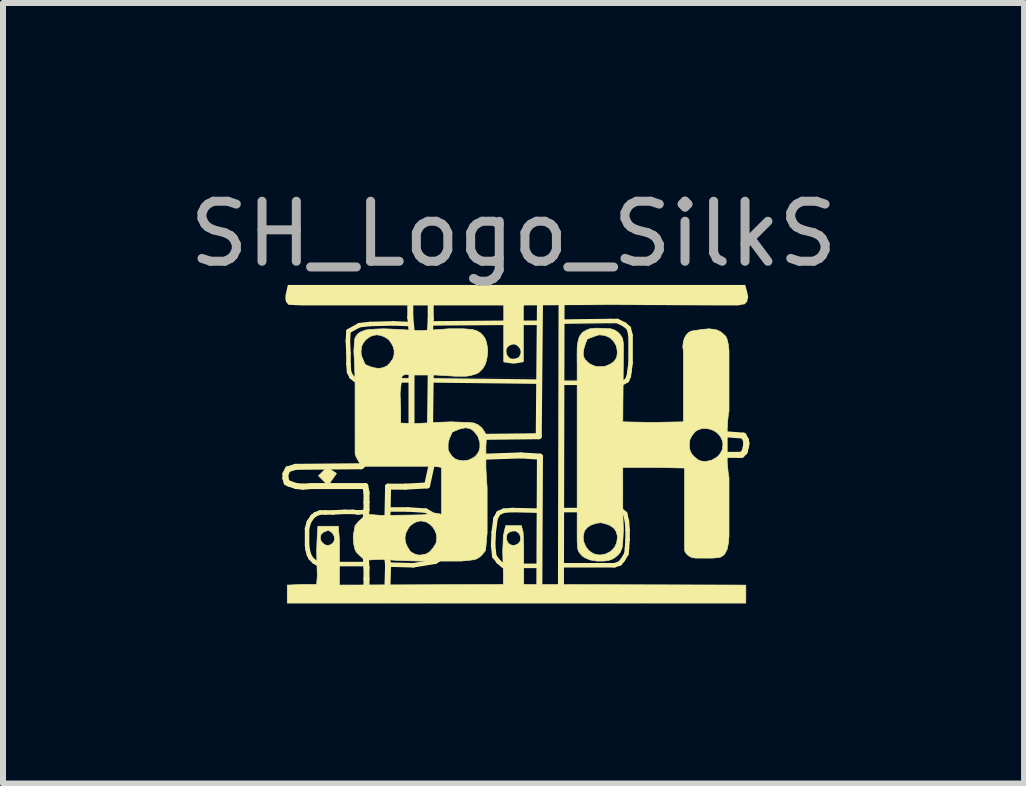
<source format=kicad_pcb>
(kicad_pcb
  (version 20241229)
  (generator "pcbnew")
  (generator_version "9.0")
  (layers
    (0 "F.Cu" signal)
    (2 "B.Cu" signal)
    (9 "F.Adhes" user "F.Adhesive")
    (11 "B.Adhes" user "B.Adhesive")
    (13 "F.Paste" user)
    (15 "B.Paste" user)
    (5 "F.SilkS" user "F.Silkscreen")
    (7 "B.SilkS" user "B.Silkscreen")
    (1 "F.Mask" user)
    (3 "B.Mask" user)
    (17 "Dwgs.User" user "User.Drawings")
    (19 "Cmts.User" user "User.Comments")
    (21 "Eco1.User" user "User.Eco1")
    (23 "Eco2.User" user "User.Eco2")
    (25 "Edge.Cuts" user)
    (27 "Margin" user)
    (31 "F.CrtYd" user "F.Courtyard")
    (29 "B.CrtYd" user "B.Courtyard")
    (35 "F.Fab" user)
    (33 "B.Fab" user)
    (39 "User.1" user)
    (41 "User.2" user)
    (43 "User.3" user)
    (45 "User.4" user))
  (footprint "SH_Logo_SilkS"
    (layer "F.Cu")
    (at 5.506 4.348)
    (property "Reference" "SH_Logo_SilkS" (at 0 -3.5 0) (layer "F.Fab") (effects (font (size 1 1) (thickness 0.15))))
    (attr exclude_from_pos_files exclude_from_bom)
    (fp_line (start -3.8 0.5) (end -3.8 0.57) (stroke (width 0.1) (type solid)) (layer "F.SilkS"))
    (fp_line (start -3.8 0.57) (end -3.78 0.64) (stroke (width 0.1) (type solid)) (layer "F.SilkS"))
    (fp_line (start -3.78 0.64) (end -3.74 0.66) (stroke (width 0.1) (type solid)) (layer "F.SilkS"))
    (fp_line (start -3.76 0.42) (end -3.8 0.5) (stroke (width 0.1) (type solid)) (layer "F.SilkS"))
    (fp_line (start -3.74 0.66) (end -3.62 0.7) (stroke (width 0.1) (type solid)) (layer "F.SilkS"))
    (fp_line (start -3.63 0.38) (end -3.76 0.42) (stroke (width 0.1) (type solid)) (layer "F.SilkS"))
    (fp_line (start -3.62 0.7) (end -3.51 0.71) (stroke (width 0.1) (type solid)) (layer "F.SilkS"))
    (fp_line (start -3.51 0.71) (end -3.36 0.7) (stroke (width 0.1) (type solid)) (layer "F.SilkS"))
    (fp_line (start -3.44 1.41) (end -3.41 1.3) (stroke (width 0.075) (type solid)) (layer "F.SilkS"))
    (fp_line (start -3.44 1.69) (end -3.44 1.41) (stroke (width 0.075) (type solid)) (layer "F.SilkS"))
    (fp_line (start -3.44 1.69) (end -3.43 1.76) (stroke (width 0.075) (type solid)) (layer "F.SilkS"))
    (fp_line (start -3.43 1.76) (end -3.41 1.84) (stroke (width 0.075) (type solid)) (layer "F.SilkS"))
    (fp_line (start -3.41 1.3) (end -3.35 1.21) (stroke (width 0.075) (type solid)) (layer "F.SilkS"))
    (fp_line (start -3.41 1.84) (end -3.38 1.9) (stroke (width 0.075) (type solid)) (layer "F.SilkS"))
    (fp_line (start -3.38 1.9) (end -3.32 1.96) (stroke (width 0.075) (type solid)) (layer "F.SilkS"))
    (fp_line (start -3.36 0.7) (end -2.47 0.7) (stroke (width 0.1) (type solid)) (layer "F.SilkS"))
    (fp_line (start -3.35 1.21) (end -3.3 1.17) (stroke (width 0.075) (type solid)) (layer "F.SilkS"))
    (fp_line (start -3.32 1.96) (end -3.27 1.99) (stroke (width 0.075) (type solid)) (layer "F.SilkS"))
    (fp_line (start -3.3 1.17) (end -3.22 1.14) (stroke (width 0.075) (type solid)) (layer "F.SilkS"))
    (fp_line (start -3.22 1.14) (end -3.14 1.14) (stroke (width 0.075) (type solid)) (layer "F.SilkS"))
    (fp_line (start -3.14 1.14) (end -3.01 1.14) (stroke (width 0.075) (type solid)) (layer "F.SilkS"))
    (fp_line (start -3.01 1.14) (end -2.82 1.13) (stroke (width 0.075) (type solid)) (layer "F.SilkS"))
    (fp_line (start -2.9 2) (end -2.49 2) (stroke (width 0.075) (type solid)) (layer "F.SilkS"))
    (fp_line (start -2.82 1.13) (end -2.68 1.13) (stroke (width 0.075) (type solid)) (layer "F.SilkS"))
    (fp_line (start -2.76 -1.72) (end -2.75 -1.88) (stroke (width 0.075) (type solid)) (layer "F.SilkS"))
    (fp_line (start -2.75 -1.88) (end -2.57 -1.98) (stroke (width 0.075) (type solid)) (layer "F.SilkS"))
    (fp_line (start -2.75 -1.51) (end -2.76 -1.72) (stroke (width 0.075) (type solid)) (layer "F.SilkS"))
    (fp_line (start -2.75 -1.33) (end -2.75 -1.51) (stroke (width 0.075) (type solid)) (layer "F.SilkS"))
    (fp_line (start -2.74 -1.2) (end -2.75 -1.33) (stroke (width 0.075) (type solid)) (layer "F.SilkS"))
    (fp_line (start -2.7 -1.12) (end -2.74 -1.2) (stroke (width 0.075) (type solid)) (layer "F.SilkS"))
    (fp_line (start -2.68 1.13) (end -2.59 1.14) (stroke (width 0.075) (type solid)) (layer "F.SilkS"))
    (fp_line (start -2.64 -1.07) (end -2.7 -1.12) (stroke (width 0.075) (type solid)) (layer "F.SilkS"))
    (fp_line (start -2.59 1.14) (end -2.46 1.13) (stroke (width 0.075) (type solid)) (layer "F.SilkS"))
    (fp_line (start -2.57 -1.98) (end -2.39 -2) (stroke (width 0.075) (type solid)) (layer "F.SilkS"))
    (fp_line (start -2.54 0.37) (end -3.63 0.38) (stroke (width 0.1) (type solid)) (layer "F.SilkS"))
    (fp_line (start -2.54 0.37) (end -2.48 0.32) (stroke (width 0.1) (type solid)) (layer "F.SilkS"))
    (fp_line (start -2.47 0.7) (end -2.45 0.81) (stroke (width 0.1) (type solid)) (layer "F.SilkS"))
    (fp_line (start -2.46 1.9) (end -2.45 2.06) (stroke (width 0.1) (type solid)) (layer "F.SilkS"))
    (fp_line (start -2.45 0.81) (end -2.45 0.97) (stroke (width 0.1) (type solid)) (layer "F.SilkS"))
    (fp_line (start -2.45 0.97) (end -2.45 1.09) (stroke (width 0.1) (type solid)) (layer "F.SilkS"))
    (fp_line (start -2.45 1.09) (end -2.46 1.21) (stroke (width 0.1) (type solid)) (layer "F.SilkS"))
    (fp_line (start -2.45 2.06) (end -2.45 2.25) (stroke (width 0.1) (type solid)) (layer "F.SilkS"))
    (fp_line (start -2.45 2.25) (end -2.45 2.35) (stroke (width 0.1) (type solid)) (layer "F.SilkS"))
    (fp_line (start -2.39 -2) (end -2 -2.01) (stroke (width 0.075) (type solid)) (layer "F.SilkS"))
    (fp_line (start -2.1 1.93) (end -2.09 2.01) (stroke (width 0.1) (type solid)) (layer "F.SilkS"))
    (fp_line (start -2.09 0.71) (end -2.1 1.19) (stroke (width 0.1) (type solid)) (layer "F.SilkS"))
    (fp_line (start -2.09 2.01) (end -2.1 2.35) (stroke (width 0.1) (type solid)) (layer "F.SilkS"))
    (fp_line (start -2.05 1.09) (end -1.76 1.09) (stroke (width 0.075) (type solid)) (layer "F.SilkS"))
    (fp_line (start -2.04 2.01) (end -1.67 2.02) (stroke (width 0.075) (type solid)) (layer "F.SilkS"))
    (fp_line (start -2 -2.01) (end -1.76 -2) (stroke (width 0.075) (type solid)) (layer "F.SilkS"))
    (fp_line (start -1.87 -1.06) (end -1.74 -1.06) (stroke (width 0.075) (type solid)) (layer "F.SilkS"))
    (fp_line (start -1.8 0.71) (end -2.09 0.71) (stroke (width 0.1) (type solid)) (layer "F.SilkS"))
    (fp_line (start -1.76 1.09) (end -1.46 1.11) (stroke (width 0.075) (type solid)) (layer "F.SilkS"))
    (fp_line (start -1.72 -2.31) (end -1.72 -2.11) (stroke (width 0.1) (type solid)) (layer "F.SilkS"))
    (fp_line (start -1.72 -2.11) (end -1.7 -1.9) (stroke (width 0.1) (type solid)) (layer "F.SilkS"))
    (fp_line (start -1.7 -1.15) (end -1.7 -0.34) (stroke (width 0.1) (type solid)) (layer "F.SilkS"))
    (fp_line (start -1.67 2.02) (end -1.3 1.96) (stroke (width 0.075) (type solid)) (layer "F.SilkS"))
    (fp_line (start -1.46 1.11) (end -1.25 1.23) (stroke (width 0.075) (type solid)) (layer "F.SilkS"))
    (fp_line (start -1.44 0.69) (end -1.8 0.71) (stroke (width 0.1) (type solid)) (layer "F.SilkS"))
    (fp_line (start -1.38 -2.31) (end -1.38 -2.09) (stroke (width 0.1) (type solid)) (layer "F.SilkS"))
    (fp_line (start -1.38 -2.09) (end -1.39 -1.9) (stroke (width 0.1) (type solid)) (layer "F.SilkS"))
    (fp_line (start -1.38 -1.14) (end -1.39 -0.35) (stroke (width 0.1) (type solid)) (layer "F.SilkS"))
    (fp_line (start -1.37 0.37) (end -1.44 0.69) (stroke (width 0.1) (type solid)) (layer "F.SilkS"))
    (fp_line (start -1.33 -1.06) (end 0.39 -1.04) (stroke (width 0.075) (type solid)) (layer "F.SilkS"))
    (fp_line (start -1.24 1.92) (end -1.3 1.96) (stroke (width 0.075) (type solid)) (layer "F.SilkS"))
    (fp_line (start -0.46 0.21) (end 0.12 0.19) (stroke (width 0.1) (type solid)) (layer "F.SilkS"))
    (fp_line (start -0.34 1.69) (end -0.33 1.47) (stroke (width 0.075) (type solid)) (layer "F.SilkS"))
    (fp_line (start -0.33 1.47) (end -0.3 1.24) (stroke (width 0.075) (type solid)) (layer "F.SilkS"))
    (fp_line (start -0.32 1.87) (end -0.34 1.69) (stroke (width 0.075) (type solid)) (layer "F.SilkS"))
    (fp_line (start -0.3 1.24) (end -0.25 1.15) (stroke (width 0.075) (type solid)) (layer "F.SilkS"))
    (fp_line (start -0.25 1.15) (end -0.16 1.11) (stroke (width 0.075) (type solid)) (layer "F.SilkS"))
    (fp_line (start -0.25 1.96) (end -0.32 1.87) (stroke (width 0.075) (type solid)) (layer "F.SilkS"))
    (fp_line (start -0.17 -2.02) (end -1.34 -2.01) (stroke (width 0.075) (type solid)) (layer "F.SilkS"))
    (fp_line (start -0.17 2.03) (end -0.25 1.96) (stroke (width 0.075) (type solid)) (layer "F.SilkS"))
    (fp_line (start -0.16 1.11) (end -0.02 1.1) (stroke (width 0.075) (type solid)) (layer "F.SilkS"))
    (fp_line (start -0.02 1.1) (end 0.41 1.11) (stroke (width 0.075) (type solid)) (layer "F.SilkS"))
    (fp_line (start 0.12 0.19) (end 0.44 0.21) (stroke (width 0.1) (type solid)) (layer "F.SilkS"))
    (fp_line (start 0.17 2.03) (end 0.41 2.03) (stroke (width 0.075) (type solid)) (layer "F.SilkS"))
    (fp_line (start 0.39 -2.02) (end 0.17 -2.02) (stroke (width 0.075) (type solid)) (layer "F.SilkS"))
    (fp_line (start 0.42 -0.13) (end -0.48 -0.12) (stroke (width 0.1) (type solid)) (layer "F.SilkS"))
    (fp_line (start 0.44 -2.31) (end 0.42 -0.13) (stroke (width 0.1) (type solid)) (layer "F.SilkS"))
    (fp_line (start 0.44 0.21) (end 0.43 2.34) (stroke (width 0.1) (type solid)) (layer "F.SilkS"))
    (fp_line (start 0.8 -2.31) (end 0.79 2.34) (stroke (width 0.1) (type solid)) (layer "F.SilkS"))
    (fp_line (start 0.84 -1.02) (end 1.07 -1.02) (stroke (width 0.075) (type solid)) (layer "F.SilkS"))
    (fp_line (start 0.84 1.1) (end 1.06 1.1) (stroke (width 0.075) (type solid)) (layer "F.SilkS"))
    (fp_line (start 0.84 2.02) (end 1.68 2.02) (stroke (width 0.075) (type solid)) (layer "F.SilkS"))
    (fp_line (start 1.61 -2.05) (end 0.84 -2.04) (stroke (width 0.075) (type solid)) (layer "F.SilkS"))
    (fp_line (start 1.68 2.02) (end 1.77 1.99) (stroke (width 0.075) (type solid)) (layer "F.SilkS"))
    (fp_line (start 1.73 -2.05) (end 1.61 -2.05) (stroke (width 0.075) (type solid)) (layer "F.SilkS"))
    (fp_line (start 1.77 1.99) (end 1.82 1.93) (stroke (width 0.075) (type solid)) (layer "F.SilkS"))
    (fp_line (start 1.82 -1.02) (end 1.89 -1.06) (stroke (width 0.075) (type solid)) (layer "F.SilkS"))
    (fp_line (start 1.82 1.93) (end 1.88 1.83) (stroke (width 0.075) (type solid)) (layer "F.SilkS"))
    (fp_line (start 1.85 -1.99) (end 1.73 -2.05) (stroke (width 0.075) (type solid)) (layer "F.SilkS"))
    (fp_line (start 1.86 1.16) (end 1.8 1.11) (stroke (width 0.075) (type solid)) (layer "F.SilkS"))
    (fp_line (start 1.88 1.83) (end 1.89 1.74) (stroke (width 0.075) (type solid)) (layer "F.SilkS"))
    (fp_line (start 1.89 -1.06) (end 1.92 -1.13) (stroke (width 0.075) (type solid)) (layer "F.SilkS"))
    (fp_line (start 1.89 1.29) (end 1.86 1.16) (stroke (width 0.075) (type solid)) (layer "F.SilkS"))
    (fp_line (start 1.89 1.74) (end 1.9 1.59) (stroke (width 0.075) (type solid)) (layer "F.SilkS"))
    (fp_line (start 1.9 1.43) (end 1.89 1.29) (stroke (width 0.075) (type solid)) (layer "F.SilkS"))
    (fp_line (start 1.9 1.59) (end 1.9 1.43) (stroke (width 0.075) (type solid)) (layer "F.SilkS"))
    (fp_line (start 1.92 -1.93) (end 1.85 -1.99) (stroke (width 0.075) (type solid)) (layer "F.SilkS"))
    (fp_line (start 1.92 -1.13) (end 1.93 -1.2) (stroke (width 0.075) (type solid)) (layer "F.SilkS"))
    (fp_line (start 1.93 -1.2) (end 1.95 -1.35) (stroke (width 0.075) (type solid)) (layer "F.SilkS"))
    (fp_line (start 1.95 -1.81) (end 1.92 -1.93) (stroke (width 0.075) (type solid)) (layer "F.SilkS"))
    (fp_line (start 1.95 -1.35) (end 1.95 -1.81) (stroke (width 0.075) (type solid)) (layer "F.SilkS"))
    (fp_line (start 3.57 -0.16) (end 3.83 -0.14) (stroke (width 0.1) (type solid)) (layer "F.SilkS"))
    (fp_line (start 3.74 0.18) (end 3.56 0.18) (stroke (width 0.1) (type solid)) (layer "F.SilkS"))
    (fp_line (start 3.8 0.18) (end 3.74 0.18) (stroke (width 0.1) (type solid)) (layer "F.SilkS"))
    (fp_line (start 3.83 -0.14) (end 3.87 -0.07) (stroke (width 0.1) (type solid)) (layer "F.SilkS"))
    (fp_line (start 3.85 0.13) (end 3.8 0.18) (stroke (width 0.1) (type solid)) (layer "F.SilkS"))
    (fp_line (start 3.87 -0.07) (end 3.88 -0.01) (stroke (width 0.1) (type solid)) (layer "F.SilkS"))
    (fp_line (start 3.87 0.05) (end 3.85 0.13) (stroke (width 0.1) (type solid)) (layer "F.SilkS"))
    (fp_line (start 3.88 -0.01) (end 3.87 0.05) (stroke (width 0.1) (type solid)) (layer "F.SilkS"))
    (fp_poly (pts (xy -3.11 0.39) (xy -3.25 0.53) (xy -3.09 0.69) (xy -2.95 0.49) (xy -3.1 0.39)) (stroke (width 0.01) (type solid)) (fill yes) (layer "F.SilkS"))
    (fp_poly (pts (xy -3.76 -2.65) (xy 3.86 -2.65) (xy 3.89 -2.54) (xy 3.91 -2.45) (xy 3.89 -2.37) (xy 3.85 -2.33) (xy 3.74 -2.31) (xy 3.38 -2.31) (xy 1.62 -2.32) (xy 0.17 -2.31) (xy 0.17 -1.68) (xy 0.17 -1.37) (xy 0.13 -1.36) (xy 0.07 -1.35) (xy 0 -1.34) (xy 0 -1.42) (xy 0.05 -1.43) (xy 0.09 -1.45) (xy 0.11 -1.49) (xy 0.12 -1.53) (xy 0.11 -1.58) (xy 0.09 -1.61) (xy 0.06 -1.64) (xy 0.02 -1.66) (xy 0 -1.66) (xy -0.05 -1.65) (xy -0.08 -1.63) (xy -0.11 -1.6) (xy -0.12 -1.55) (xy -0.11 -1.49) (xy -0.09 -1.46) (xy -0.06 -1.43) (xy -0.02 -1.42) (xy 0 -1.42) (xy 0 -1.34) (xy -0.15 -1.36) (xy -0.17 -1.37) (xy -0.17 -2.31) (xy -3.52 -2.31) (xy -3.75 -2.32) (xy -3.79 -2.37) (xy -3.8 -2.41) (xy -3.8 -2.47)) (stroke (width 0) (type solid)) (fill yes) (layer "F.SilkS"))
    (fp_poly (pts (xy -3.77 2.65) (xy 3.87 2.65) (xy 3.87 2.35) (xy 0.17 2.34) (xy 0.17 1.7) (xy 0.16 1.47) (xy 0.13 1.36) (xy 0 1.36) (xy 0 1.45) (xy 0.04 1.45) (xy 0.07 1.47) (xy 0.1 1.5) (xy 0.11 1.53) (xy 0.12 1.57) (xy 0.11 1.62) (xy 0.08 1.66) (xy 0.04 1.68) (xy 0 1.69) (xy -0.05 1.68) (xy -0.09 1.65) (xy -0.11 1.61) (xy -0.12 1.57) (xy -0.11 1.51) (xy -0.09 1.48) (xy -0.05 1.46) (xy -0.02 1.45) (xy 0 1.45) (xy 0 1.36) (xy -0.13 1.36) (xy -0.15 1.44) (xy -0.17 1.53) (xy -0.18 1.79) (xy -0.17 2.15) (xy -0.17 2.34) (xy -2.9 2.35) (xy -2.9 2.08) (xy -2.9 1.83) (xy -2.9 1.61) (xy -2.92 1.37) (xy -3.1 1.37) (xy -3.1 1.44) (xy -3.06 1.45) (xy -3.02 1.48) (xy -2.99 1.53) (xy -2.98 1.58) (xy -2.99 1.62) (xy -3.01 1.65) (xy -3.05 1.68) (xy -3.1 1.69) (xy -3.14 1.68) (xy -3.18 1.65) (xy -3.21 1.61) (xy -3.22 1.56) (xy -3.21 1.51) (xy -3.17 1.47) (xy -3.12 1.45) (xy -3.1 1.44) (xy -3.1 1.37) (xy -3.26 1.37) (xy -3.27 1.53) (xy -3.28 1.78) (xy -3.27 2.19) (xy -3.28 2.34) (xy -3.52 2.34) (xy -3.77 2.35)) (stroke (width 0.01) (type solid)) (fill yes) (layer "F.SilkS"))
    (fp_poly (pts (xy 1.44 1.85) (xy 1.44 1.95) (xy 1.5 1.95) (xy 1.58 1.94) (xy 1.64 1.92) (xy 1.69 1.89) (xy 1.74 1.85) (xy 1.78 1.8) (xy 1.8 1.75) (xy 1.81 1.72) (xy 1.82 1.64) (xy 1.83 1.43) (xy 1.82 1.11) (xy 1.82 0.39) (xy 2.37 0.39) (xy 2.85 0.4) (xy 2.85 1.72) (xy 2.85 1.77) (xy 2.86 1.8) (xy 2.89 1.84) (xy 2.93 1.87) (xy 2.97 1.89) (xy 3.03 1.9) (xy 3.17 1.9) (xy 3.33 1.9) (xy 3.42 1.89) (xy 3.46 1.88) (xy 3.5 1.85) (xy 3.52 1.83) (xy 3.54 1.79) (xy 3.56 1.75) (xy 3.58 1.65) (xy 3.59 1.53) (xy 3.59 0.56) (xy 3.58 0.51) (xy 3.56 0.31) (xy 3.56 0) (xy 3.49 0) (xy 3.48 0.09) (xy 3.45 0.15) (xy 3.41 0.2) (xy 3.37 0.23) (xy 3.3 0.27) (xy 3.21 0.29) (xy 3.17 0.29) (xy 3.11 0.28) (xy 3.07 0.26) (xy 3.02 0.22) (xy 2.98 0.18) (xy 2.95 0.13) (xy 2.93 0.07) (xy 2.93 -0.02) (xy 2.94 -0.08) (xy 2.98 -0.15) (xy 3.03 -0.21) (xy 3.08 -0.24) (xy 3.15 -0.26) (xy 3.2 -0.26) (xy 3.26 -0.25) (xy 3.3 -0.24) (xy 3.36 -0.21) (xy 3.41 -0.17) (xy 3.45 -0.12) (xy 3.47 -0.08) (xy 3.48 -0.05) (xy 3.49 0) (xy 3.56 0) (xy 3.56 -0.26) (xy 3.57 -0.41) (xy 3.58 -0.5) (xy 3.59 -0.55) (xy 3.59 -1.56) (xy 3.58 -1.65) (xy 3.56 -1.74) (xy 3.54 -1.79) (xy 3.51 -1.82) (xy 3.45 -1.87) (xy 3.39 -1.9) (xy 3.34 -1.91) (xy 3.26 -1.92) (xy 3.15 -1.91) (xy 3.01 -1.89) (xy 2.96 -1.88) (xy 2.92 -1.86) (xy 2.88 -1.82) (xy 2.85 -1.77) (xy 2.83 -1.71) (xy 2.82 -1.62) (xy 2.83 -1.55) (xy 2.83 -0.37) (xy 2.3 -0.36) (xy 1.82 -0.37) (xy 1.83 -1.53) (xy 1.73 -1.53) (xy 1.72 -1.45) (xy 1.7 -1.41) (xy 1.69 -1.4) (xy 1.67 -1.37) (xy 1.61 -1.33) (xy 1.54 -1.3) (xy 1.49 -1.29) (xy 1.4 -1.29) (xy 1.35 -1.3) (xy 1.28 -1.33) (xy 1.24 -1.36) (xy 1.19 -1.41) (xy 1.17 -1.45) (xy 1.16 -1.5) (xy 1.17 -1.58) (xy 1.2 -1.68) (xy 1.23 -1.75) (xy 1.39 -1.81) (xy 1.43 -1.82) (xy 1.52 -1.81) (xy 1.61 -1.77) (xy 1.67 -1.71) (xy 1.71 -1.64) (xy 1.72 -1.6) (xy 1.73 -1.53) (xy 1.83 -1.53) (xy 1.83 -1.67) (xy 1.82 -1.74) (xy 1.81 -1.77) (xy 1.78 -1.82) (xy 1.73 -1.87) (xy 1.68 -1.9) (xy 1.62 -1.92) (xy 1.41 -1.93) (xy 1.37 -1.93) (xy 1.27 -1.92) (xy 1.22 -1.9) (xy 1.15 -1.86) (xy 1.11 -1.81) (xy 1.09 -1.77) (xy 1.07 -1.69) (xy 1.06 -1.61) (xy 1.06 -1.5) (xy 1.06 -1.27) (xy 1.06 -1.05) (xy 1.06 1.62) (xy 1.07 1.75) (xy 1.09 1.8) (xy 1.14 1.86) (xy 1.18 1.89) (xy 1.27 1.93) (xy 1.39 1.95) (xy 1.44 1.95) (xy 1.44 1.85) (xy 1.37 1.84) (xy 1.32 1.82) (xy 1.26 1.78) (xy 1.21 1.72) (xy 1.17 1.63) (xy 1.16 1.55) (xy 1.18 1.45) (xy 1.23 1.39) (xy 1.29 1.35) (xy 1.38 1.32) (xy 1.46 1.31) (xy 1.57 1.34) (xy 1.63 1.37) (xy 1.68 1.41) (xy 1.71 1.46) (xy 1.73 1.53) (xy 1.73 1.56) (xy 1.72 1.64) (xy 1.69 1.71) (xy 1.64 1.77) (xy 1.6 1.8) (xy 1.54 1.83) (xy 1.5 1.84)) (stroke (width 0.01) (type solid)) (fill yes) (layer "F.SilkS"))
    (fp_poly (pts (xy -1.55 1.95) (xy -0.87 1.95) (xy -0.76 1.94) (xy -0.68 1.93) (xy -0.63 1.92) (xy -0.61 1.91) (xy -0.56 1.88) (xy -0.52 1.84) (xy -0.47 1.78) (xy -0.46 1.71) (xy -0.44 1.48) (xy -0.44 0.73) (xy -0.45 0.58) (xy -0.46 0.41) (xy -0.46 0.02) (xy -0.45 -0.13) (xy -0.47 -0.18) (xy -0.5 -0.23) (xy -0.53 -0.27) (xy -0.59 -0.32) (xy -0.66 -0.35) (xy -0.75 -0.36) (xy -0.79 -0.36) (xy -0.79 -0.27) (xy -0.73 -0.26) (xy -0.68 -0.23) (xy -0.64 -0.19) (xy -0.59 -0.12) (xy -0.56 -0.02) (xy -0.56 0.06) (xy -0.58 0.13) (xy -0.6 0.16) (xy -0.64 0.21) (xy -0.71 0.25) (xy -0.76 0.27) (xy -0.84 0.28) (xy -0.91 0.27) (xy -0.97 0.25) (xy -1.02 0.21) (xy -1.07 0.14) (xy -1.09 0.09) (xy -1.09 -0.01) (xy -1.07 -0.09) (xy -1.02 -0.2) (xy -0.9 -0.25) (xy -0.81 -0.27) (xy -0.79 -0.27) (xy -0.79 -0.36) (xy -1.04 -0.37) (xy -1.29 -0.36) (xy -1.65 -0.34) (xy -1.88 -0.35) (xy -1.88 -0.59) (xy -1.89 -0.84) (xy -1.86 -1.12) (xy -1.85 -1.14) (xy -1.8 -1.16) (xy -1.66 -1.15) (xy -1.3 -1.15) (xy -0.97 -1.13) (xy -0.79 -1.13) (xy -0.72 -1.14) (xy -0.62 -1.17) (xy -0.58 -1.19) (xy -0.51 -1.26) (xy -0.47 -1.33) (xy -0.45 -1.4) (xy -0.44 -1.45) (xy -0.43 -1.55) (xy -0.44 -1.64) (xy -0.45 -1.69) (xy -0.47 -1.75) (xy -0.51 -1.81) (xy -0.55 -1.85) (xy -0.62 -1.89) (xy -0.7 -1.91) (xy -0.84 -1.92) (xy -1.08 -1.92) (xy -1.35 -1.9) (xy -1.56 -1.89) (xy -1.77 -1.9) (xy -1.92 -1.91) (xy -2.17 -1.92) (xy -2.39 -1.91) (xy -2.46 -1.9) (xy -2.49 -1.89) (xy -2.54 -1.87) (xy -2.56 -1.86) (xy -2.6 -1.83) (xy -2.64 -1.77) (xy -2.65 -1.72) (xy -2.66 -1.55) (xy -2.54 -1.55) (xy -2.53 -1.63) (xy -2.5 -1.69) (xy -2.46 -1.74) (xy -2.39 -1.79) (xy -2.34 -1.81) (xy -2.28 -1.82) (xy -2.21 -1.81) (xy -2.14 -1.78) (xy -2.08 -1.74) (xy -2.03 -1.67) (xy -2 -1.61) (xy -1.99 -1.56) (xy -1.99 -1.49) (xy -2.01 -1.42) (xy -2.06 -1.35) (xy -2.11 -1.3) (xy -2.18 -1.27) (xy -2.25 -1.26) (xy -2.32 -1.27) (xy -2.39 -1.29) (xy -2.46 -1.32) (xy -2.48 -1.34) (xy -2.5 -1.39) (xy -2.53 -1.46) (xy -2.54 -1.51) (xy -2.54 -1.55) (xy -2.66 -1.55) (xy -2.65 -1.34) (xy -2.64 -1.09) (xy -2.64 0.16) (xy -2.62 0.22) (xy -2.58 0.29) (xy -2.53 0.37) (xy -1.39 0.37) (xy -1.25 0.38) (xy -1.2 0.39) (xy -1.2 0.49) (xy -1.2 1.17) (xy -1.31 1.15) (xy -1.52 1.18) (xy -2.19 1.19) (xy -2.45 1.17) (xy -2.58 1.29) (xy -2.64 1.36) (xy -2.67 1.53) (xy -2.67 1.59) (xy -2.66 1.68) (xy -2.64 1.76) (xy -2.62 1.8) (xy -2.55 1.87) (xy -2.47 1.94) (xy -2.39 1.93) (xy -2.19 1.92) (xy -1.92 1.94) (xy -1.58 1.95) (xy -1.58 1.85) (xy -1.63 1.84) (xy -1.69 1.81) (xy -1.72 1.79) (xy -1.77 1.71) (xy -1.8 1.64) (xy -1.81 1.56) (xy -1.79 1.47) (xy -1.75 1.4) (xy -1.72 1.36) (xy -1.65 1.31) (xy -1.6 1.29) (xy -1.54 1.28) (xy -1.45 1.3) (xy -1.39 1.34) (xy -1.34 1.39) (xy -1.3 1.46) (xy -1.28 1.53) (xy -1.28 1.59) (xy -1.29 1.65) (xy -1.32 1.7) (xy -1.34 1.73) (xy -1.39 1.79) (xy -1.45 1.83) (xy -1.49 1.84) (xy -1.55 1.85) (xy -1.58 1.85) (xy -1.58 1.95)) (stroke (width 0.01) (type solid)) (fill yes) (layer "F.SilkS"))
    (fp_line (start -4.076 -2.931) (end -4.076 -2.931) (stroke (width 0.001) (type solid)) (layer "Dwgs.User"))
    (fp_line (start -4.076 -2.931) (end -4.069 -2.931) (stroke (width 0.001) (type solid)) (layer "Dwgs.User"))
    (fp_line (start -4.076 -2.929) (end -4.076 -2.931) (stroke (width 0.001) (type solid)) (layer "Dwgs.User"))
    (fp_line (start -3.684 0.701) (end -3.684 0.701) (stroke (width 0.001) (type solid)) (layer "Dwgs.User"))
    (fp_line (start -3.43 1.342) (end -3.43 1.342) (stroke (width 0.001) (type solid)) (layer "Dwgs.User"))
    (fp_line (start -3.254 0.526) (end -3.254 0.526) (stroke (width 0.001) (type solid)) (layer "Dwgs.User"))
    (fp_line (start -3.143 1.458) (end -3.143 1.458) (stroke (width 0.001) (type solid)) (layer "Dwgs.User"))
    (fp_line (start -3.098 0.387) (end -3.073 0.369) (stroke (width 0.001) (type solid)) (layer "Dwgs.User"))
    (fp_line (start -3.073 0.369) (end -3.098 0.387) (stroke (width 0.001) (type solid)) (layer "Dwgs.User"))
    (fp_line (start -3.073 0.369) (end -3.073 0.369) (stroke (width 0.001) (type solid)) (layer "Dwgs.User"))
    (fp_line (start -2.719 -1.89) (end -2.719 -1.89) (stroke (width 0.001) (type solid)) (layer "Dwgs.User"))
    (fp_line (start -2.542 -1.521) (end -2.542 -1.521) (stroke (width 0.001) (type solid)) (layer "Dwgs.User"))
    (fp_line (start -2.469 1.945) (end -2.469 1.945) (stroke (width 0.001) (type solid)) (layer "Dwgs.User"))
    (fp_line (start -2.457 1.172) (end -2.447 1.138) (stroke (width 0.001) (type solid)) (layer "Dwgs.User"))
    (fp_line (start -2.447 1.138) (end -2.457 1.172) (stroke (width 0.001) (type solid)) (layer "Dwgs.User"))
    (fp_line (start -2.096 1.926) (end -2.096 1.926) (stroke (width 0.001) (type solid)) (layer "Dwgs.User"))
    (fp_line (start -2.095 1.103) (end -2.095 1.103) (stroke (width 0.001) (type solid)) (layer "Dwgs.User"))
    (fp_line (start -1.862 -1.116) (end -1.862 -1.116) (stroke (width 0.001) (type solid)) (layer "Dwgs.User"))
    (fp_line (start -1.718 -2.314) (end -1.718 -2.314) (stroke (width 0.001) (type solid)) (layer "Dwgs.User"))
    (fp_line (start -1.699 -1.154) (end -1.699 -1.154) (stroke (width 0.001) (type solid)) (layer "Dwgs.User"))
    (fp_line (start -1.699 -1.154) (end -1.699 -1.133) (stroke (width 0.001) (type solid)) (layer "Dwgs.User"))
    (fp_line (start -1.699 -1.133) (end -1.699 -1.154) (stroke (width 0.001) (type solid)) (layer "Dwgs.User"))
    (fp_line (start -1.633 1.302) (end -1.633 1.302) (stroke (width 0.001) (type solid)) (layer "Dwgs.User"))
    (fp_line (start -1.633 1.302) (end -1.633 1.302) (stroke (width 0.001) (type solid)) (layer "Dwgs.User"))
    (fp_line (start -1.387 -1.155) (end -1.386 -1.108) (stroke (width 0.001) (type solid)) (layer "Dwgs.User"))
    (fp_line (start -1.386 -1.974) (end -1.386 -1.974) (stroke (width 0.001) (type solid)) (layer "Dwgs.User"))
    (fp_line (start -1.386 -1.108) (end -1.387 -1.155) (stroke (width 0.001) (type solid)) (layer "Dwgs.User"))
    (fp_line (start -1.025 -0.199) (end -1.025 -0.199) (stroke (width 0.001) (type solid)) (layer "Dwgs.User"))
    (fp_line (start -0.321 1.309) (end -0.321 1.309) (stroke (width 0.001) (type solid)) (layer "Dwgs.User"))
    (fp_line (start -0.04 -1.65) (end -0.04 -1.65) (stroke (width 0.001) (type solid)) (layer "Dwgs.User"))
    (fp_line (start -0.04 -1.65) (end -0.04 -1.65) (stroke (width 0.001) (type solid)) (layer "Dwgs.User"))
    (fp_line (start -0.04 1.455) (end -0.04 1.455) (stroke (width 0.001) (type solid)) (layer "Dwgs.User"))
    (fp_line (start -0.04 1.455) (end -0.04 1.455) (stroke (width 0.001) (type solid)) (layer "Dwgs.User"))
    (fp_line (start 0.435 -2.315) (end 0.435 -2.315) (stroke (width 0.001) (type solid)) (layer "Dwgs.User"))
    (fp_line (start 0.798 -2.006) (end 0.798 -2.006) (stroke (width 0.001) (type solid)) (layer "Dwgs.User"))
    (fp_line (start 0.798 1.098) (end 0.798 1.098) (stroke (width 0.001) (type solid)) (layer "Dwgs.User"))
    (fp_line (start 1.234 -1.75) (end 1.234 -1.75) (stroke (width 0.001) (type solid)) (layer "Dwgs.User"))
    (fp_line (start 1.33 1.336) (end 1.33 1.336) (stroke (width 0.001) (type solid)) (layer "Dwgs.User"))
    (fp_line (start 1.33 1.336) (end 1.33 1.336) (stroke (width 0.001) (type solid)) (layer "Dwgs.User"))
    (fp_line (start 3.096 -0.245) (end 3.096 -0.245) (stroke (width 0.001) (type solid)) (layer "Dwgs.User"))
    (fp_line (start 3.56 -0.153) (end 3.56 -0.153) (stroke (width 0.001) (type solid)) (layer "Dwgs.User"))
    (fp_curve (pts (xy -4.069 -2.931) (xy -4.071 -2.93) (xy -4.074 -2.929) (xy -4.076 -2.929)) (stroke (width 0.001) (type solid)) (layer "Dwgs.User"))
    (fp_curve (pts (xy -3.77 2.35) (xy -3.605 2.343) (xy -3.44 2.343) (xy -3.275 2.345)) (stroke (width 0.001) (type solid)) (layer "Dwgs.User"))
    (fp_curve (pts (xy -3.769 2.651) (xy -3.77 2.551) (xy -3.771 2.45) (xy -3.77 2.35)) (stroke (width 0.001) (type solid)) (layer "Dwgs.User"))
    (fp_curve (pts (xy -3.762 -2.653) (xy -1.219 -2.653) (xy 1.323 -2.654) (xy 3.866 -2.653)) (stroke (width 0.001) (type solid)) (layer "Dwgs.User"))
    (fp_curve (pts (xy -3.753 -2.327) (xy -3.847 -2.414) (xy -3.778 -2.548) (xy -3.762 -2.653)) (stroke (width 0.001) (type solid)) (layer "Dwgs.User"))
    (fp_curve (pts (xy -3.684 0.701) (xy -3.861 0.685) (xy -3.835 0.357) (xy -3.654 0.373)) (stroke (width 0.001) (type solid)) (layer "Dwgs.User"))
    (fp_curve (pts (xy -3.654 0.373) (xy -3.46 0.365) (xy -3.267 0.374) (xy -3.073 0.369)) (stroke (width 0.001) (type solid)) (layer "Dwgs.User"))
    (fp_curve (pts (xy -3.43 1.342) (xy -3.421 1.226) (xy -3.31 1.129) (xy -3.194 1.133)) (stroke (width 0.001) (type solid)) (layer "Dwgs.User"))
    (fp_curve (pts (xy -3.429 1.791) (xy -3.444 1.642) (xy -3.443 1.491) (xy -3.43 1.342)) (stroke (width 0.001) (type solid)) (layer "Dwgs.User"))
    (fp_curve (pts (xy -3.335 -2.314) (xy -3.474 -2.316) (xy -3.615 -2.303) (xy -3.753 -2.327)) (stroke (width 0.001) (type solid)) (layer "Dwgs.User"))
    (fp_curve (pts (xy -3.276 2.013) (xy -3.337 1.949) (xy -3.421 1.888) (xy -3.429 1.791)) (stroke (width 0.001) (type solid)) (layer "Dwgs.User"))
    (fp_curve (pts (xy -3.276 2.013) (xy -3.282 1.798) (xy -3.28 1.582) (xy -3.262 1.368)) (stroke (width 0.001) (type solid)) (layer "Dwgs.User"))
    (fp_curve (pts (xy -3.275 2.345) (xy -3.271 2.235) (xy -3.272 2.124) (xy -3.276 2.013)) (stroke (width 0.001) (type solid)) (layer "Dwgs.User"))
    (fp_curve (pts (xy -3.262 1.368) (xy -3.28 1.582) (xy -3.282 1.798) (xy -3.276 2.013)) (stroke (width 0.001) (type solid)) (layer "Dwgs.User"))
    (fp_curve (pts (xy -3.262 1.368) (xy -3.146 1.367) (xy -3.031 1.367) (xy -2.916 1.368)) (stroke (width 0.001) (type solid)) (layer "Dwgs.User"))
    (fp_curve (pts (xy -3.254 0.526) (xy -3.203 0.479) (xy -3.151 0.434) (xy -3.098 0.387)) (stroke (width 0.001) (type solid)) (layer "Dwgs.User"))
    (fp_curve (pts (xy -3.254 0.526) (xy -3.201 0.58) (xy -3.149 0.634) (xy -3.091 0.682)) (stroke (width 0.001) (type solid)) (layer "Dwgs.User"))
    (fp_curve (pts (xy -3.194 1.133) (xy -2.945 1.125) (xy -2.696 1.129) (xy -2.447 1.138)) (stroke (width 0.001) (type solid)) (layer "Dwgs.User"))
    (fp_curve (pts (xy -3.143 1.458) (xy -3.287 1.51) (xy -3.202 1.719) (xy -3.064 1.682)) (stroke (width 0.001) (type solid)) (layer "Dwgs.User"))
    (fp_curve (pts (xy -3.143 1.458) (xy -2.992 1.382) (xy -2.918 1.648) (xy -3.064 1.682)) (stroke (width 0.001) (type solid)) (layer "Dwgs.User"))
    (fp_curve (pts (xy -3.098 0.387) (xy -3.151 0.434) (xy -3.203 0.479) (xy -3.254 0.526)) (stroke (width 0.001) (type solid)) (layer "Dwgs.User"))
    (fp_curve (pts (xy -3.098 0.387) (xy -3.05 0.42) (xy -3.003 0.454) (xy -2.955 0.488)) (stroke (width 0.001) (type solid)) (layer "Dwgs.User"))
    (fp_curve (pts (xy -3.091 0.682) (xy -3.149 0.634) (xy -3.201 0.58) (xy -3.254 0.526)) (stroke (width 0.001) (type solid)) (layer "Dwgs.User"))
    (fp_curve (pts (xy -3.091 0.682) (xy -3.083 0.689) (xy -3.068 0.701) (xy -3.06 0.708)) (stroke (width 0.001) (type solid)) (layer "Dwgs.User"))
    (fp_curve (pts (xy -3.091 0.682) (xy -3.039 0.622) (xy -2.995 0.557) (xy -2.955 0.488)) (stroke (width 0.001) (type solid)) (layer "Dwgs.User"))
    (fp_curve (pts (xy -3.073 0.369) (xy -2.894 0.366) (xy -2.715 0.374) (xy -2.537 0.368)) (stroke (width 0.001) (type solid)) (layer "Dwgs.User"))
    (fp_curve (pts (xy -3.064 1.682) (xy -3.202 1.719) (xy -3.287 1.51) (xy -3.143 1.458)) (stroke (width 0.001) (type solid)) (layer "Dwgs.User"))
    (fp_curve (pts (xy -3.064 1.682) (xy -2.918 1.648) (xy -2.992 1.382) (xy -3.143 1.458)) (stroke (width 0.001) (type solid)) (layer "Dwgs.User"))
    (fp_curve (pts (xy -3.06 0.708) (xy -3.268 0.705) (xy -3.477 0.722) (xy -3.684 0.701)) (stroke (width 0.001) (type solid)) (layer "Dwgs.User"))
    (fp_curve (pts (xy -3.06 0.708) (xy -3.068 0.701) (xy -3.083 0.689) (xy -3.091 0.682)) (stroke (width 0.001) (type solid)) (layer "Dwgs.User"))
    (fp_curve (pts (xy -2.955 0.488) (xy -3.003 0.454) (xy -3.05 0.42) (xy -3.098 0.387)) (stroke (width 0.001) (type solid)) (layer "Dwgs.User"))
    (fp_curve (pts (xy -2.955 0.488) (xy -2.995 0.557) (xy -3.039 0.622) (xy -3.091 0.682)) (stroke (width 0.001) (type solid)) (layer "Dwgs.User"))
    (fp_curve (pts (xy -2.916 1.368) (xy -3.031 1.367) (xy -3.146 1.367) (xy -3.262 1.368)) (stroke (width 0.001) (type solid)) (layer "Dwgs.User"))
    (fp_curve (pts (xy -2.916 1.368) (xy -2.896 1.579) (xy -2.896 1.792) (xy -2.904 2.003)) (stroke (width 0.001) (type solid)) (layer "Dwgs.User"))
    (fp_curve (pts (xy -2.904 2.003) (xy -2.896 1.792) (xy -2.896 1.579) (xy -2.916 1.368)) (stroke (width 0.001) (type solid)) (layer "Dwgs.User"))
    (fp_curve (pts (xy -2.904 2.003) (xy -2.907 2.117) (xy -2.906 2.231) (xy -2.903 2.345)) (stroke (width 0.001) (type solid)) (layer "Dwgs.User"))
    (fp_curve (pts (xy -2.903 2.345) (xy -2.754 2.345) (xy -2.605 2.345) (xy -2.457 2.344)) (stroke (width 0.001) (type solid)) (layer "Dwgs.User"))
    (fp_curve (pts (xy -2.72 -1.238) (xy -2.73 -1.455) (xy -2.72 -1.673) (xy -2.719 -1.89)) (stroke (width 0.001) (type solid)) (layer "Dwgs.User"))
    (fp_curve (pts (xy -2.719 -1.89) (xy -2.614 -1.939) (xy -2.502 -1.979) (xy -2.384 -1.973)) (stroke (width 0.001) (type solid)) (layer "Dwgs.User"))
    (fp_curve (pts (xy -2.648 -1.727) (xy -2.677 -1.515) (xy -2.639 -1.302) (xy -2.643 -1.089)) (stroke (width 0.001) (type solid)) (layer "Dwgs.User"))
    (fp_curve (pts (xy -2.648 -1.727) (xy -2.639 -1.84) (xy -2.516 -1.894) (xy -2.417 -1.907)) (stroke (width 0.001) (type solid)) (layer "Dwgs.User"))
    (fp_curve (pts (xy -2.643 -1.089) (xy -2.68 -1.132) (xy -2.724 -1.176) (xy -2.72 -1.238)) (stroke (width 0.001) (type solid)) (layer "Dwgs.User"))
    (fp_curve (pts (xy -2.643 -1.089) (xy -2.639 -1.302) (xy -2.677 -1.515) (xy -2.648 -1.727)) (stroke (width 0.001) (type solid)) (layer "Dwgs.User"))
    (fp_curve (pts (xy -2.641 0.16) (xy -2.643 -0.256) (xy -2.639 -0.673) (xy -2.643 -1.089)) (stroke (width 0.001) (type solid)) (layer "Dwgs.User"))
    (fp_curve (pts (xy -2.636 1.359) (xy -2.679 1.493) (xy -2.682 1.642) (xy -2.635 1.775)) (stroke (width 0.001) (type solid)) (layer "Dwgs.User"))
    (fp_curve (pts (xy -2.636 1.359) (xy -2.59 1.286) (xy -2.518 1.233) (xy -2.457 1.172)) (stroke (width 0.001) (type solid)) (layer "Dwgs.User"))
    (fp_curve (pts (xy -2.635 1.775) (xy -2.682 1.642) (xy -2.679 1.493) (xy -2.636 1.359)) (stroke (width 0.001) (type solid)) (layer "Dwgs.User"))
    (fp_curve (pts (xy -2.635 1.775) (xy -2.595 1.844) (xy -2.523 1.888) (xy -2.469 1.945)) (stroke (width 0.001) (type solid)) (layer "Dwgs.User"))
    (fp_curve (pts (xy -2.542 -1.521) (xy -2.538 -1.45) (xy -2.493 -1.392) (xy -2.47 -1.326)) (stroke (width 0.001) (type solid)) (layer "Dwgs.User"))
    (fp_curve (pts (xy -2.542 -1.521) (xy -2.561 -1.682) (xy -2.404 -1.839) (xy -2.242 -1.815)) (stroke (width 0.001) (type solid)) (layer "Dwgs.User"))
    (fp_curve (pts (xy -2.537 0.368) (xy -2.569 0.298) (xy -2.624 0.237) (xy -2.641 0.16)) (stroke (width 0.001) (type solid)) (layer "Dwgs.User"))
    (fp_curve (pts (xy -2.537 0.368) (xy -2.149 0.373) (xy -1.762 0.366) (xy -1.374 0.372)) (stroke (width 0.001) (type solid)) (layer "Dwgs.User"))
    (fp_curve (pts (xy -2.47 -1.326) (xy -2.493 -1.392) (xy -2.538 -1.45) (xy -2.542 -1.521)) (stroke (width 0.001) (type solid)) (layer "Dwgs.User"))
    (fp_curve (pts (xy -2.47 -1.326) (xy -2.337 -1.254) (xy -2.144 -1.215) (xy -2.049 -1.366)) (stroke (width 0.001) (type solid)) (layer "Dwgs.User"))
    (fp_curve (pts (xy -2.469 1.945) (xy -2.523 1.888) (xy -2.595 1.844) (xy -2.635 1.775)) (stroke (width 0.001) (type solid)) (layer "Dwgs.User"))
    (fp_curve (pts (xy -2.469 1.945) (xy -2.466 1.96) (xy -2.461 1.99) (xy -2.459 2.005)) (stroke (width 0.001) (type solid)) (layer "Dwgs.User"))
    (fp_curve (pts (xy -2.469 1.945) (xy -2.346 1.926) (xy -2.221 1.919) (xy -2.096 1.926)) (stroke (width 0.001) (type solid)) (layer "Dwgs.User"))
    (fp_curve (pts (xy -2.46 0.71) (xy -2.661 0.705) (xy -2.861 0.715) (xy -3.06 0.708)) (stroke (width 0.001) (type solid)) (layer "Dwgs.User"))
    (fp_curve (pts (xy -2.459 2.005) (xy -2.607 2.003) (xy -2.755 2.003) (xy -2.904 2.003)) (stroke (width 0.001) (type solid)) (layer "Dwgs.User"))
    (fp_curve (pts (xy -2.459 2.005) (xy -2.461 1.99) (xy -2.466 1.96) (xy -2.469 1.945)) (stroke (width 0.001) (type solid)) (layer "Dwgs.User"))
    (fp_curve (pts (xy -2.457 1.172) (xy -2.518 1.233) (xy -2.59 1.286) (xy -2.636 1.359)) (stroke (width 0.001) (type solid)) (layer "Dwgs.User"))
    (fp_curve (pts (xy -2.457 1.172) (xy -2.337 1.185) (xy -2.217 1.188) (xy -2.096 1.186)) (stroke (width 0.001) (type solid)) (layer "Dwgs.User"))
    (fp_curve (pts (xy -2.457 2.344) (xy -2.455 2.231) (xy -2.452 2.118) (xy -2.459 2.005)) (stroke (width 0.001) (type solid)) (layer "Dwgs.User"))
    (fp_curve (pts (xy -2.457 2.344) (xy -2.336 2.343) (xy -2.215 2.343) (xy -2.094 2.343)) (stroke (width 0.001) (type solid)) (layer "Dwgs.User"))
    (fp_curve (pts (xy -2.447 1.138) (xy -2.427 0.996) (xy -2.456 0.852) (xy -2.46 0.71)) (stroke (width 0.001) (type solid)) (layer "Dwgs.User"))
    (fp_curve (pts (xy -2.417 -1.907) (xy -2.516 -1.894) (xy -2.639 -1.84) (xy -2.648 -1.727)) (stroke (width 0.001) (type solid)) (layer "Dwgs.User"))
    (fp_curve (pts (xy -2.417 -1.907) (xy -2.183 -1.935) (xy -1.947 -1.913) (xy -1.713 -1.896)) (stroke (width 0.001) (type solid)) (layer "Dwgs.User"))
    (fp_curve (pts (xy -2.384 -1.973) (xy -2.162 -1.968) (xy -1.94 -1.98) (xy -1.719 -1.97)) (stroke (width 0.001) (type solid)) (layer "Dwgs.User"))
    (fp_curve (pts (xy -2.242 -1.815) (xy -2.404 -1.839) (xy -2.561 -1.682) (xy -2.542 -1.521)) (stroke (width 0.001) (type solid)) (layer "Dwgs.User"))
    (fp_curve (pts (xy -2.242 -1.815) (xy -2.041 -1.791) (xy -1.9 -1.529) (xy -2.049 -1.366)) (stroke (width 0.001) (type solid)) (layer "Dwgs.User"))
    (fp_curve (pts (xy -2.096 1.186) (xy -2.217 1.188) (xy -2.337 1.185) (xy -2.457 1.172)) (stroke (width 0.001) (type solid)) (layer "Dwgs.User"))
    (fp_curve (pts (xy -2.096 1.186) (xy -2.096 1.165) (xy -2.096 1.123) (xy -2.095 1.103)) (stroke (width 0.001) (type solid)) (layer "Dwgs.User"))
    (fp_curve (pts (xy -2.096 1.186) (xy -1.833 1.175) (xy -1.566 1.202) (xy -1.305 1.152)) (stroke (width 0.001) (type solid)) (layer "Dwgs.User"))
    (fp_curve (pts (xy -2.096 1.926) (xy -2.221 1.919) (xy -2.346 1.926) (xy -2.469 1.945)) (stroke (width 0.001) (type solid)) (layer "Dwgs.User"))
    (fp_curve (pts (xy -2.096 1.926) (xy -2.096 1.945) (xy -2.095 1.983) (xy -2.095 2.003)) (stroke (width 0.001) (type solid)) (layer "Dwgs.User"))
    (fp_curve (pts (xy -2.096 1.926) (xy -1.823 1.956) (xy -1.55 1.943) (xy -1.276 1.947)) (stroke (width 0.001) (type solid)) (layer "Dwgs.User"))
    (fp_curve (pts (xy -2.095 1.103) (xy -2.096 1.123) (xy -2.096 1.165) (xy -2.096 1.186)) (stroke (width 0.001) (type solid)) (layer "Dwgs.User"))
    (fp_curve (pts (xy -2.095 1.103) (xy -1.831 1.116) (xy -1.562 1.073) (xy -1.305 1.152)) (stroke (width 0.001) (type solid)) (layer "Dwgs.User"))
    (fp_curve (pts (xy -2.095 2.003) (xy -2.095 1.983) (xy -2.096 1.945) (xy -2.096 1.926)) (stroke (width 0.001) (type solid)) (layer "Dwgs.User"))
    (fp_curve (pts (xy -2.095 2.003) (xy -2.093 2.116) (xy -2.094 2.23) (xy -2.094 2.343)) (stroke (width 0.001) (type solid)) (layer "Dwgs.User"))
    (fp_curve (pts (xy -2.094 2.343) (xy -2.215 2.343) (xy -2.336 2.343) (xy -2.457 2.344)) (stroke (width 0.001) (type solid)) (layer "Dwgs.User"))
    (fp_curve (pts (xy -2.094 2.343) (xy -1.453 2.345) (xy -0.812 2.345) (xy -0.171 2.344)) (stroke (width 0.001) (type solid)) (layer "Dwgs.User"))
    (fp_curve (pts (xy -2.092 0.71) (xy -2.094 0.841) (xy -2.094 0.972) (xy -2.095 1.103)) (stroke (width 0.001) (type solid)) (layer "Dwgs.User"))
    (fp_curve (pts (xy -2.049 -1.366) (xy -2.144 -1.215) (xy -2.337 -1.254) (xy -2.47 -1.326)) (stroke (width 0.001) (type solid)) (layer "Dwgs.User"))
    (fp_curve (pts (xy -2.049 -1.366) (xy -1.9 -1.529) (xy -2.041 -1.791) (xy -2.242 -1.815)) (stroke (width 0.001) (type solid)) (layer "Dwgs.User"))
    (fp_curve (pts (xy -1.881 -0.345) (xy -1.818 -0.344) (xy -1.755 -0.342) (xy -1.692 -0.341)) (stroke (width 0.001) (type solid)) (layer "Dwgs.User"))
    (fp_curve (pts (xy -1.862 -1.116) (xy -1.907 -0.862) (xy -1.876 -0.602) (xy -1.881 -0.345)) (stroke (width 0.001) (type solid)) (layer "Dwgs.User"))
    (fp_curve (pts (xy -1.862 -1.116) (xy -1.841 -1.178) (xy -1.75 -1.151) (xy -1.699 -1.154)) (stroke (width 0.001) (type solid)) (layer "Dwgs.User"))
    (fp_curve (pts (xy -1.757 1.731) (xy -1.859 1.586) (xy -1.794 1.371) (xy -1.633 1.302)) (stroke (width 0.001) (type solid)) (layer "Dwgs.User"))
    (fp_curve (pts (xy -1.757 1.731) (xy -1.68 1.906) (xy -1.407 1.88) (xy -1.331 1.716)) (stroke (width 0.001) (type solid)) (layer "Dwgs.User"))
    (fp_curve (pts (xy -1.719 -1.97) (xy -1.726 -2.084) (xy -1.721 -2.199) (xy -1.718 -2.314)) (stroke (width 0.001) (type solid)) (layer "Dwgs.User"))
    (fp_curve (pts (xy -1.719 -1.97) (xy -1.717 -1.951) (xy -1.714 -1.915) (xy -1.713 -1.896)) (stroke (width 0.001) (type solid)) (layer "Dwgs.User"))
    (fp_curve (pts (xy -1.718 -2.314) (xy -2.257 -2.315) (xy -2.796 -2.316) (xy -3.335 -2.314)) (stroke (width 0.001) (type solid)) (layer "Dwgs.User"))
    (fp_curve (pts (xy -1.718 -2.314) (xy -1.607 -2.314) (xy -1.496 -2.314) (xy -1.386 -2.315)) (stroke (width 0.001) (type solid)) (layer "Dwgs.User"))
    (fp_curve (pts (xy -1.713 -1.896) (xy -1.947 -1.913) (xy -2.183 -1.935) (xy -2.417 -1.907)) (stroke (width 0.001) (type solid)) (layer "Dwgs.User"))
    (fp_curve (pts (xy -1.713 -1.896) (xy -1.714 -1.915) (xy -1.717 -1.951) (xy -1.719 -1.97)) (stroke (width 0.001) (type solid)) (layer "Dwgs.User"))
    (fp_curve (pts (xy -1.713 -1.896) (xy -1.605 -1.892) (xy -1.496 -1.892) (xy -1.388 -1.897)) (stroke (width 0.001) (type solid)) (layer "Dwgs.User"))
    (fp_curve (pts (xy -1.699 -1.154) (xy -1.75 -1.151) (xy -1.841 -1.178) (xy -1.862 -1.116)) (stroke (width 0.001) (type solid)) (layer "Dwgs.User"))
    (fp_curve (pts (xy -1.699 -1.154) (xy -1.595 -1.153) (xy -1.491 -1.156) (xy -1.387 -1.155)) (stroke (width 0.001) (type solid)) (layer "Dwgs.User"))
    (fp_curve (pts (xy -1.699 -1.133) (xy -1.748 -1.104) (xy -1.808 -1.102) (xy -1.862 -1.116)) (stroke (width 0.001) (type solid)) (layer "Dwgs.User"))
    (fp_curve (pts (xy -1.692 -0.341) (xy -1.7 -0.605) (xy -1.694 -0.869) (xy -1.699 -1.133)) (stroke (width 0.001) (type solid)) (layer "Dwgs.User"))
    (fp_curve (pts (xy -1.692 -0.341) (xy -1.589 -0.34) (xy -1.487 -0.343) (xy -1.385 -0.353)) (stroke (width 0.001) (type solid)) (layer "Dwgs.User"))
    (fp_curve (pts (xy -1.633 1.302) (xy -1.794 1.371) (xy -1.859 1.586) (xy -1.757 1.731)) (stroke (width 0.001) (type solid)) (layer "Dwgs.User"))
    (fp_curve (pts (xy -1.633 1.302) (xy -1.4 1.196) (xy -1.173 1.528) (xy -1.331 1.716)) (stroke (width 0.001) (type solid)) (layer "Dwgs.User"))
    (fp_curve (pts (xy -1.436 0.688) (xy -1.654 0.713) (xy -1.873 0.712) (xy -2.092 0.71)) (stroke (width 0.001) (type solid)) (layer "Dwgs.User"))
    (fp_curve (pts (xy -1.388 -1.897) (xy -1.496 -1.892) (xy -1.605 -1.892) (xy -1.713 -1.896)) (stroke (width 0.001) (type solid)) (layer "Dwgs.User"))
    (fp_curve (pts (xy -1.388 -1.897) (xy -1.388 -1.916) (xy -1.386 -1.955) (xy -1.386 -1.974)) (stroke (width 0.001) (type solid)) (layer "Dwgs.User"))
    (fp_curve (pts (xy -1.388 -1.897) (xy -1.156 -1.913) (xy -0.922 -1.936) (xy -0.69 -1.908)) (stroke (width 0.001) (type solid)) (layer "Dwgs.User"))
    (fp_curve (pts (xy -1.387 -1.155) (xy -1.491 -1.156) (xy -1.595 -1.153) (xy -1.699 -1.154)) (stroke (width 0.001) (type solid)) (layer "Dwgs.User"))
    (fp_curve (pts (xy -1.387 -1.155) (xy -1.122 -1.166) (xy -0.845 -1.07) (xy -0.592 -1.181)) (stroke (width 0.001) (type solid)) (layer "Dwgs.User"))
    (fp_curve (pts (xy -1.386 -1.974) (xy -1.386 -1.955) (xy -1.388 -1.916) (xy -1.388 -1.897)) (stroke (width 0.001) (type solid)) (layer "Dwgs.User"))
    (fp_curve (pts (xy -1.386 -1.974) (xy -0.981 -1.969) (xy -0.576 -1.969) (xy -0.171 -1.975)) (stroke (width 0.001) (type solid)) (layer "Dwgs.User"))
    (fp_curve (pts (xy -1.386 -2.315) (xy -1.496 -2.314) (xy -1.607 -2.314) (xy -1.718 -2.314)) (stroke (width 0.001) (type solid)) (layer "Dwgs.User"))
    (fp_curve (pts (xy -1.386 -2.315) (xy -1.384 -2.201) (xy -1.383 -2.088) (xy -1.386 -1.974)) (stroke (width 0.001) (type solid)) (layer "Dwgs.User"))
    (fp_curve (pts (xy -1.386 -1.108) (xy -1.381 -0.856) (xy -1.383 -0.605) (xy -1.385 -0.353)) (stroke (width 0.001) (type solid)) (layer "Dwgs.User"))
    (fp_curve (pts (xy -1.385 -0.353) (xy -1.487 -0.343) (xy -1.589 -0.34) (xy -1.692 -0.341)) (stroke (width 0.001) (type solid)) (layer "Dwgs.User"))
    (fp_curve (pts (xy -1.385 -0.353) (xy -1.165 -0.371) (xy -0.943 -0.371) (xy -0.723 -0.357)) (stroke (width 0.001) (type solid)) (layer "Dwgs.User"))
    (fp_curve (pts (xy -1.374 0.372) (xy -1.762 0.366) (xy -2.149 0.373) (xy -2.537 0.368)) (stroke (width 0.001) (type solid)) (layer "Dwgs.User"))
    (fp_curve (pts (xy -1.374 0.372) (xy -1.393 0.477) (xy -1.415 0.583) (xy -1.436 0.688)) (stroke (width 0.001) (type solid)) (layer "Dwgs.User"))
    (fp_curve (pts (xy -1.331 1.716) (xy -1.407 1.88) (xy -1.68 1.906) (xy -1.757 1.731)) (stroke (width 0.001) (type solid)) (layer "Dwgs.User"))
    (fp_curve (pts (xy -1.331 1.716) (xy -1.173 1.528) (xy -1.4 1.196) (xy -1.633 1.302)) (stroke (width 0.001) (type solid)) (layer "Dwgs.User"))
    (fp_curve (pts (xy -1.305 1.152) (xy -1.566 1.202) (xy -1.833 1.175) (xy -2.096 1.186)) (stroke (width 0.001) (type solid)) (layer "Dwgs.User"))
    (fp_curve (pts (xy -1.305 1.152) (xy -1.278 1.157) (xy -1.224 1.165) (xy -1.197 1.17)) (stroke (width 0.001) (type solid)) (layer "Dwgs.User"))
    (fp_curve (pts (xy -1.276 1.947) (xy -1.55 1.943) (xy -1.823 1.956) (xy -2.096 1.926)) (stroke (width 0.001) (type solid)) (layer "Dwgs.User"))
    (fp_curve (pts (xy -1.276 1.947) (xy -1.543 2.024) (xy -1.821 2) (xy -2.095 2.003)) (stroke (width 0.001) (type solid)) (layer "Dwgs.User"))
    (fp_curve (pts (xy -1.201 0.386) (xy -1.259 0.38) (xy -1.316 0.374) (xy -1.374 0.372)) (stroke (width 0.001) (type solid)) (layer "Dwgs.User"))
    (fp_curve (pts (xy -1.197 1.17) (xy -1.196 0.908) (xy -1.191 0.647) (xy -1.201 0.386)) (stroke (width 0.001) (type solid)) (layer "Dwgs.User"))
    (fp_curve (pts (xy -1.045 0.177) (xy -1.141 0.064) (xy -1.075 -0.083) (xy -1.025 -0.199)) (stroke (width 0.001) (type solid)) (layer "Dwgs.User"))
    (fp_curve (pts (xy -1.045 0.177) (xy -0.936 0.341) (xy -0.665 0.294) (xy -0.581 0.13)) (stroke (width 0.001) (type solid)) (layer "Dwgs.User"))
    (fp_curve (pts (xy -1.025 -0.199) (xy -1.075 -0.083) (xy -1.141 0.064) (xy -1.045 0.177)) (stroke (width 0.001) (type solid)) (layer "Dwgs.User"))
    (fp_curve (pts (xy -1.025 -0.199) (xy -0.932 -0.238) (xy -0.833 -0.29) (xy -0.729 -0.257)) (stroke (width 0.001) (type solid)) (layer "Dwgs.User"))
    (fp_curve (pts (xy -0.729 -0.257) (xy -0.833 -0.29) (xy -0.932 -0.238) (xy -1.025 -0.199)) (stroke (width 0.001) (type solid)) (layer "Dwgs.User"))
    (fp_curve (pts (xy -0.729 -0.257) (xy -0.59 -0.192) (xy -0.521 -0.011) (xy -0.581 0.13)) (stroke (width 0.001) (type solid)) (layer "Dwgs.User"))
    (fp_curve (pts (xy -0.723 -0.357) (xy -0.59 -0.358) (xy -0.484 -0.251) (xy -0.452 -0.127)) (stroke (width 0.001) (type solid)) (layer "Dwgs.User"))
    (fp_curve (pts (xy -0.69 -1.908) (xy -0.922 -1.936) (xy -1.156 -1.913) (xy -1.388 -1.897)) (stroke (width 0.001) (type solid)) (layer "Dwgs.User"))
    (fp_curve (pts (xy -0.69 -1.908) (xy -0.563 -1.896) (xy -0.457 -1.785) (xy -0.445 -1.66)) (stroke (width 0.001) (type solid)) (layer "Dwgs.User"))
    (fp_curve (pts (xy -0.661 1.927) (xy -0.864 1.965) (xy -1.071 1.938) (xy -1.276 1.947)) (stroke (width 0.001) (type solid)) (layer "Dwgs.User"))
    (fp_curve (pts (xy -0.592 -1.181) (xy -0.845 -1.07) (xy -1.122 -1.166) (xy -1.387 -1.155)) (stroke (width 0.001) (type solid)) (layer "Dwgs.User"))
    (fp_curve (pts (xy -0.592 -1.181) (xy -0.437 -1.282) (xy -0.417 -1.492) (xy -0.445 -1.66)) (stroke (width 0.001) (type solid)) (layer "Dwgs.User"))
    (fp_curve (pts (xy -0.581 0.13) (xy -0.665 0.294) (xy -0.936 0.341) (xy -1.045 0.177)) (stroke (width 0.001) (type solid)) (layer "Dwgs.User"))
    (fp_curve (pts (xy -0.581 0.13) (xy -0.521 -0.011) (xy -0.59 -0.192) (xy -0.729 -0.257)) (stroke (width 0.001) (type solid)) (layer "Dwgs.User"))
    (fp_curve (pts (xy -0.471 1.775) (xy -0.514 1.844) (xy -0.577 1.914) (xy -0.661 1.927)) (stroke (width 0.001) (type solid)) (layer "Dwgs.User"))
    (fp_curve (pts (xy -0.463 0.213) (xy -0.463 0.099) (xy -0.457 -0.014) (xy -0.452 -0.127)) (stroke (width 0.001) (type solid)) (layer "Dwgs.User"))
    (fp_curve (pts (xy -0.463 0.213) (xy -0.466 0.388) (xy -0.454 0.563) (xy -0.436 0.738)) (stroke (width 0.001) (type solid)) (layer "Dwgs.User"))
    (fp_curve (pts (xy -0.452 -0.127) (xy -0.457 -0.014) (xy -0.463 0.099) (xy -0.463 0.213)) (stroke (width 0.001) (type solid)) (layer "Dwgs.User"))
    (fp_curve (pts (xy -0.452 -0.127) (xy -0.158 -0.131) (xy 0.136 -0.13) (xy 0.429 -0.128)) (stroke (width 0.001) (type solid)) (layer "Dwgs.User"))
    (fp_curve (pts (xy -0.445 -1.66) (xy -0.457 -1.785) (xy -0.563 -1.896) (xy -0.69 -1.908)) (stroke (width 0.001) (type solid)) (layer "Dwgs.User"))
    (fp_curve (pts (xy -0.445 -1.66) (xy -0.417 -1.492) (xy -0.437 -1.282) (xy -0.592 -1.181)) (stroke (width 0.001) (type solid)) (layer "Dwgs.User"))
    (fp_curve (pts (xy -0.436 0.738) (xy -0.444 1.084) (xy -0.415 1.432) (xy -0.471 1.775)) (stroke (width 0.001) (type solid)) (layer "Dwgs.User"))
    (fp_curve (pts (xy -0.323 1.829) (xy -0.342 1.656) (xy -0.34 1.481) (xy -0.321 1.309)) (stroke (width 0.001) (type solid)) (layer "Dwgs.User"))
    (fp_curve (pts (xy -0.321 1.309) (xy -0.31 1.229) (xy -0.273 1.127) (xy -0.181 1.114)) (stroke (width 0.001) (type solid)) (layer "Dwgs.User"))
    (fp_curve (pts (xy -0.181 1.114) (xy 0.023 1.086) (xy 0.23 1.109) (xy 0.435 1.098)) (stroke (width 0.001) (type solid)) (layer "Dwgs.User"))
    (fp_curve (pts (xy -0.175 2.025) (xy -0.232 1.968) (xy -0.316 1.918) (xy -0.323 1.829)) (stroke (width 0.001) (type solid)) (layer "Dwgs.User"))
    (fp_curve (pts (xy -0.175 2.025) (xy -0.181 1.804) (xy -0.182 1.58) (xy -0.134 1.362)) (stroke (width 0.001) (type solid)) (layer "Dwgs.User"))
    (fp_curve (pts (xy -0.172 -2.315) (xy -0.577 -2.317) (xy -0.981 -2.315) (xy -1.386 -2.315)) (stroke (width 0.001) (type solid)) (layer "Dwgs.User"))
    (fp_curve (pts (xy -0.171 -1.975) (xy -0.17 -2.089) (xy -0.17 -2.202) (xy -0.172 -2.315)) (stroke (width 0.001) (type solid)) (layer "Dwgs.User"))
    (fp_curve (pts (xy -0.171 -1.975) (xy -0.174 -1.772) (xy -0.175 -1.569) (xy -0.168 -1.366)) (stroke (width 0.001) (type solid)) (layer "Dwgs.User"))
    (fp_curve (pts (xy -0.171 2.344) (xy -0.171 2.238) (xy -0.172 2.132) (xy -0.175 2.025)) (stroke (width 0.001) (type solid)) (layer "Dwgs.User"))
    (fp_curve (pts (xy -0.168 -1.366) (xy -0.175 -1.569) (xy -0.174 -1.772) (xy -0.171 -1.975)) (stroke (width 0.001) (type solid)) (layer "Dwgs.User"))
    (fp_curve (pts (xy -0.168 -1.366) (xy -0.058 -1.339) (xy 0.056 -1.34) (xy 0.166 -1.366)) (stroke (width 0.001) (type solid)) (layer "Dwgs.User"))
    (fp_curve (pts (xy -0.134 1.362) (xy -0.182 1.58) (xy -0.181 1.804) (xy -0.175 2.025)) (stroke (width 0.001) (type solid)) (layer "Dwgs.User"))
    (fp_curve (pts (xy -0.134 1.362) (xy -0.046 1.362) (xy 0.043 1.362) (xy 0.131 1.362)) (stroke (width 0.001) (type solid)) (layer "Dwgs.User"))
    (fp_curve (pts (xy -0.04 -1.65) (xy -0.186 -1.606) (xy -0.105 -1.369) (xy 0.038 -1.425)) (stroke (width 0.001) (type solid)) (layer "Dwgs.User"))
    (fp_curve (pts (xy -0.04 -1.65) (xy 0.105 -1.709) (xy 0.185 -1.465) (xy 0.038 -1.425)) (stroke (width 0.001) (type solid)) (layer "Dwgs.User"))
    (fp_curve (pts (xy -0.04 1.455) (xy -0.186 1.498) (xy -0.105 1.735) (xy 0.038 1.68)) (stroke (width 0.001) (type solid)) (layer "Dwgs.User"))
    (fp_curve (pts (xy -0.04 1.455) (xy 0.105 1.395) (xy 0.184 1.638) (xy 0.038 1.68)) (stroke (width 0.001) (type solid)) (layer "Dwgs.User"))
    (fp_curve (pts (xy 0.038 -1.425) (xy -0.105 -1.369) (xy -0.186 -1.606) (xy -0.04 -1.65)) (stroke (width 0.001) (type solid)) (layer "Dwgs.User"))
    (fp_curve (pts (xy 0.038 -1.425) (xy 0.185 -1.465) (xy 0.105 -1.709) (xy -0.04 -1.65)) (stroke (width 0.001) (type solid)) (layer "Dwgs.User"))
    (fp_curve (pts (xy 0.038 1.68) (xy -0.105 1.735) (xy -0.186 1.498) (xy -0.04 1.455)) (stroke (width 0.001) (type solid)) (layer "Dwgs.User"))
    (fp_curve (pts (xy 0.038 1.68) (xy 0.184 1.638) (xy 0.105 1.395) (xy -0.04 1.455)) (stroke (width 0.001) (type solid)) (layer "Dwgs.User"))
    (fp_curve (pts (xy 0.087 2.656) (xy -1.198 2.653) (xy -2.484 2.662) (xy -3.769 2.651)) (stroke (width 0.001) (type solid)) (layer "Dwgs.User"))
    (fp_curve (pts (xy 0.131 1.362) (xy 0.043 1.362) (xy -0.046 1.362) (xy -0.134 1.362)) (stroke (width 0.001) (type solid)) (layer "Dwgs.User"))
    (fp_curve (pts (xy 0.131 1.362) (xy 0.183 1.583) (xy 0.175 1.811) (xy 0.168 2.036)) (stroke (width 0.001) (type solid)) (layer "Dwgs.User"))
    (fp_curve (pts (xy 0.166 -1.366) (xy 0.056 -1.34) (xy -0.058 -1.339) (xy -0.168 -1.366)) (stroke (width 0.001) (type solid)) (layer "Dwgs.User"))
    (fp_curve (pts (xy 0.166 -1.366) (xy 0.173 -1.569) (xy 0.172 -1.772) (xy 0.169 -1.975)) (stroke (width 0.001) (type solid)) (layer "Dwgs.User"))
    (fp_curve (pts (xy 0.168 2.036) (xy 0.175 1.811) (xy 0.183 1.583) (xy 0.131 1.362)) (stroke (width 0.001) (type solid)) (layer "Dwgs.User"))
    (fp_curve (pts (xy 0.168 2.036) (xy 0.166 2.139) (xy 0.168 2.242) (xy 0.171 2.345)) (stroke (width 0.001) (type solid)) (layer "Dwgs.User"))
    (fp_curve (pts (xy 0.169 -1.975) (xy 0.172 -1.772) (xy 0.173 -1.569) (xy 0.166 -1.366)) (stroke (width 0.001) (type solid)) (layer "Dwgs.User"))
    (fp_curve (pts (xy 0.169 -1.975) (xy 0.258 -1.975) (xy 0.346 -1.975) (xy 0.434 -1.975)) (stroke (width 0.001) (type solid)) (layer "Dwgs.User"))
    (fp_curve (pts (xy 0.171 -2.315) (xy 0.168 -2.202) (xy 0.168 -2.088) (xy 0.169 -1.975)) (stroke (width 0.001) (type solid)) (layer "Dwgs.User"))
    (fp_curve (pts (xy 0.171 2.345) (xy 0.259 2.345) (xy 0.347 2.345) (xy 0.435 2.344)) (stroke (width 0.001) (type solid)) (layer "Dwgs.User"))
    (fp_curve (pts (xy 0.429 -0.128) (xy 0.445 -0.452) (xy 0.435 -0.776) (xy 0.434 -1.1)) (stroke (width 0.001) (type solid)) (layer "Dwgs.User"))
    (fp_curve (pts (xy 0.434 -1.975) (xy 0.436 -1.683) (xy 0.436 -1.392) (xy 0.434 -1.1)) (stroke (width 0.001) (type solid)) (layer "Dwgs.User"))
    (fp_curve (pts (xy 0.434 -1.975) (xy 0.435 -2.088) (xy 0.436 -2.202) (xy 0.435 -2.315)) (stroke (width 0.001) (type solid)) (layer "Dwgs.User"))
    (fp_curve (pts (xy 0.434 -1.1) (xy -0.172 -1.099) (xy -0.779 -1.111) (xy -1.386 -1.108)) (stroke (width 0.001) (type solid)) (layer "Dwgs.User"))
    (fp_curve (pts (xy 0.434 -1.1) (xy 0.436 -1.392) (xy 0.436 -1.683) (xy 0.434 -1.975)) (stroke (width 0.001) (type solid)) (layer "Dwgs.User"))
    (fp_curve (pts (xy 0.435 2.344) (xy 0.436 2.241) (xy 0.436 2.138) (xy 0.435 2.036)) (stroke (width 0.001) (type solid)) (layer "Dwgs.User"))
    (fp_curve (pts (xy 0.435 2.344) (xy 0.555 2.344) (xy 0.675 2.343) (xy 0.796 2.343)) (stroke (width 0.001) (type solid)) (layer "Dwgs.User"))
    (fp_curve (pts (xy 0.435 -2.315) (xy 0.347 -2.315) (xy 0.259 -2.315) (xy 0.171 -2.315)) (stroke (width 0.001) (type solid)) (layer "Dwgs.User"))
    (fp_curve (pts (xy 0.435 -2.315) (xy 0.555 -2.314) (xy 0.676 -2.314) (xy 0.796 -2.314)) (stroke (width 0.001) (type solid)) (layer "Dwgs.User"))
    (fp_curve (pts (xy 0.435 1.098) (xy 0.435 1.411) (xy 0.435 1.723) (xy 0.435 2.036)) (stroke (width 0.001) (type solid)) (layer "Dwgs.User"))
    (fp_curve (pts (xy 0.435 1.098) (xy 0.438 0.802) (xy 0.439 0.506) (xy 0.436 0.21)) (stroke (width 0.001) (type solid)) (layer "Dwgs.User"))
    (fp_curve (pts (xy 0.435 2.036) (xy 0.346 2.035) (xy 0.257 2.035) (xy 0.168 2.036)) (stroke (width 0.001) (type solid)) (layer "Dwgs.User"))
    (fp_curve (pts (xy 0.435 2.036) (xy 0.435 1.723) (xy 0.435 1.411) (xy 0.435 1.098)) (stroke (width 0.001) (type solid)) (layer "Dwgs.User"))
    (fp_curve (pts (xy 0.436 0.21) (xy 0.137 0.17) (xy -0.163 0.215) (xy -0.463 0.213)) (stroke (width 0.001) (type solid)) (layer "Dwgs.User"))
    (fp_curve (pts (xy 0.796 -2.314) (xy 0.676 -2.314) (xy 0.555 -2.314) (xy 0.435 -2.315)) (stroke (width 0.001) (type solid)) (layer "Dwgs.User"))
    (fp_curve (pts (xy 0.796 -2.314) (xy 0.797 -2.211) (xy 0.798 -2.109) (xy 0.798 -2.006)) (stroke (width 0.001) (type solid)) (layer "Dwgs.User"))
    (fp_curve (pts (xy 0.796 2.343) (xy 0.675 2.343) (xy 0.555 2.344) (xy 0.435 2.344)) (stroke (width 0.001) (type solid)) (layer "Dwgs.User"))
    (fp_curve (pts (xy 0.796 2.343) (xy 1.822 2.35) (xy 2.848 2.336) (xy 3.873 2.35)) (stroke (width 0.001) (type solid)) (layer "Dwgs.User"))
    (fp_curve (pts (xy 0.798 -2.006) (xy 0.798 -1.694) (xy 0.798 -1.381) (xy 0.798 -1.068)) (stroke (width 0.001) (type solid)) (layer "Dwgs.User"))
    (fp_curve (pts (xy 0.798 -2.006) (xy 1.091 -1.995) (xy 1.384 -1.998) (xy 1.676 -1.999)) (stroke (width 0.001) (type solid)) (layer "Dwgs.User"))
    (fp_curve (pts (xy 0.798 -1.068) (xy 0.798 -1.381) (xy 0.798 -1.694) (xy 0.798 -2.006)) (stroke (width 0.001) (type solid)) (layer "Dwgs.User"))
    (fp_curve (pts (xy 0.798 -1.068) (xy 0.798 -0.346) (xy 0.798 0.376) (xy 0.798 1.098)) (stroke (width 0.001) (type solid)) (layer "Dwgs.User"))
    (fp_curve (pts (xy 0.798 1.098) (xy 0.798 1.399) (xy 0.797 1.701) (xy 0.799 2.003)) (stroke (width 0.001) (type solid)) (layer "Dwgs.User"))
    (fp_curve (pts (xy 0.798 1.098) (xy 0.887 1.099) (xy 0.975 1.1) (xy 1.063 1.1)) (stroke (width 0.001) (type solid)) (layer "Dwgs.User"))
    (fp_curve (pts (xy 0.799 2.003) (xy 0.799 2.116) (xy 0.797 2.23) (xy 0.796 2.343)) (stroke (width 0.001) (type solid)) (layer "Dwgs.User"))
    (fp_curve (pts (xy 0.799 2.003) (xy 0.797 1.701) (xy 0.798 1.399) (xy 0.798 1.098)) (stroke (width 0.001) (type solid)) (layer "Dwgs.User"))
    (fp_curve (pts (xy 1.063 -1.071) (xy 0.975 -1.071) (xy 0.887 -1.07) (xy 0.798 -1.068)) (stroke (width 0.001) (type solid)) (layer "Dwgs.User"))
    (fp_curve (pts (xy 1.063 -1.071) (xy 1.07 -1.301) (xy 1.028 -1.54) (xy 1.087 -1.764)) (stroke (width 0.001) (type solid)) (layer "Dwgs.User"))
    (fp_curve (pts (xy 1.063 1.1) (xy 1.068 0.377) (xy 1.068 -0.347) (xy 1.063 -1.071)) (stroke (width 0.001) (type solid)) (layer "Dwgs.User"))
    (fp_curve (pts (xy 1.063 1.1) (xy 1.063 1.315) (xy 1.046 1.531) (xy 1.069 1.745)) (stroke (width 0.001) (type solid)) (layer "Dwgs.User"))
    (fp_curve (pts (xy 1.069 1.745) (xy 1.046 1.531) (xy 1.063 1.315) (xy 1.063 1.1)) (stroke (width 0.001) (type solid)) (layer "Dwgs.User"))
    (fp_curve (pts (xy 1.069 1.745) (xy 1.123 1.921) (xy 1.339 1.959) (xy 1.499 1.947)) (stroke (width 0.001) (type solid)) (layer "Dwgs.User"))
    (fp_curve (pts (xy 1.087 -1.764) (xy 1.028 -1.54) (xy 1.07 -1.301) (xy 1.063 -1.071)) (stroke (width 0.001) (type solid)) (layer "Dwgs.User"))
    (fp_curve (pts (xy 1.087 -1.764) (xy 1.164 -1.961) (xy 1.399 -1.93) (xy 1.568 -1.924)) (stroke (width 0.001) (type solid)) (layer "Dwgs.User"))
    (fp_curve (pts (xy 1.164 -1.519) (xy 1.163 -1.601) (xy 1.201 -1.677) (xy 1.234 -1.75)) (stroke (width 0.001) (type solid)) (layer "Dwgs.User"))
    (fp_curve (pts (xy 1.164 -1.519) (xy 1.149 -1.379) (xy 1.307 -1.296) (xy 1.427 -1.286)) (stroke (width 0.001) (type solid)) (layer "Dwgs.User"))
    (fp_curve (pts (xy 1.234 -1.75) (xy 1.201 -1.677) (xy 1.163 -1.601) (xy 1.164 -1.519)) (stroke (width 0.001) (type solid)) (layer "Dwgs.User"))
    (fp_curve (pts (xy 1.234 -1.75) (xy 1.31 -1.773) (xy 1.379 -1.825) (xy 1.462 -1.816)) (stroke (width 0.001) (type solid)) (layer "Dwgs.User"))
    (fp_curve (pts (xy 1.266 1.783) (xy 1.112 1.667) (xy 1.127 1.388) (xy 1.33 1.336)) (stroke (width 0.001) (type solid)) (layer "Dwgs.User"))
    (fp_curve (pts (xy 1.266 1.783) (xy 1.427 1.933) (xy 1.727 1.805) (xy 1.725 1.583)) (stroke (width 0.001) (type solid)) (layer "Dwgs.User"))
    (fp_curve (pts (xy 1.33 1.336) (xy 1.127 1.388) (xy 1.112 1.667) (xy 1.266 1.783)) (stroke (width 0.001) (type solid)) (layer "Dwgs.User"))
    (fp_curve (pts (xy 1.33 1.336) (xy 1.494 1.263) (xy 1.763 1.378) (xy 1.725 1.583)) (stroke (width 0.001) (type solid)) (layer "Dwgs.User"))
    (fp_curve (pts (xy 1.427 -1.286) (xy 1.307 -1.296) (xy 1.149 -1.379) (xy 1.164 -1.519)) (stroke (width 0.001) (type solid)) (layer "Dwgs.User"))
    (fp_curve (pts (xy 1.427 -1.286) (xy 1.558 -1.279) (xy 1.739 -1.367) (xy 1.726 -1.519)) (stroke (width 0.001) (type solid)) (layer "Dwgs.User"))
    (fp_curve (pts (xy 1.462 -1.816) (xy 1.379 -1.825) (xy 1.31 -1.773) (xy 1.234 -1.75)) (stroke (width 0.001) (type solid)) (layer "Dwgs.User"))
    (fp_curve (pts (xy 1.462 -1.816) (xy 1.614 -1.817) (xy 1.74 -1.668) (xy 1.726 -1.519)) (stroke (width 0.001) (type solid)) (layer "Dwgs.User"))
    (fp_curve (pts (xy 1.499 1.947) (xy 1.339 1.959) (xy 1.123 1.921) (xy 1.069 1.745)) (stroke (width 0.001) (type solid)) (layer "Dwgs.User"))
    (fp_curve (pts (xy 1.499 1.947) (xy 1.648 1.952) (xy 1.801 1.842) (xy 1.814 1.688)) (stroke (width 0.001) (type solid)) (layer "Dwgs.User"))
    (fp_curve (pts (xy 1.568 -1.924) (xy 1.399 -1.93) (xy 1.164 -1.961) (xy 1.087 -1.764)) (stroke (width 0.001) (type solid)) (layer "Dwgs.User"))
    (fp_curve (pts (xy 1.568 -1.924) (xy 1.696 -1.929) (xy 1.824 -1.823) (xy 1.828 -1.692)) (stroke (width 0.001) (type solid)) (layer "Dwgs.User"))
    (fp_curve (pts (xy 1.639 1.999) (xy 1.359 2.005) (xy 1.079 1.999) (xy 0.799 2.003)) (stroke (width 0.001) (type solid)) (layer "Dwgs.User"))
    (fp_curve (pts (xy 1.676 -1.999) (xy 1.779 -2.007) (xy 1.89 -1.935) (xy 1.901 -1.828)) (stroke (width 0.001) (type solid)) (layer "Dwgs.User"))
    (fp_curve (pts (xy 1.725 1.583) (xy 1.727 1.805) (xy 1.427 1.933) (xy 1.266 1.783)) (stroke (width 0.001) (type solid)) (layer "Dwgs.User"))
    (fp_curve (pts (xy 1.725 1.583) (xy 1.763 1.378) (xy 1.494 1.263) (xy 1.33 1.336)) (stroke (width 0.001) (type solid)) (layer "Dwgs.User"))
    (fp_curve (pts (xy 1.726 -1.519) (xy 1.739 -1.367) (xy 1.558 -1.279) (xy 1.427 -1.286)) (stroke (width 0.001) (type solid)) (layer "Dwgs.User"))
    (fp_curve (pts (xy 1.726 -1.519) (xy 1.74 -1.668) (xy 1.614 -1.817) (xy 1.462 -1.816)) (stroke (width 0.001) (type solid)) (layer "Dwgs.User"))
    (fp_curve (pts (xy 1.814 1.688) (xy 1.801 1.842) (xy 1.648 1.952) (xy 1.499 1.947)) (stroke (width 0.001) (type solid)) (layer "Dwgs.User"))
    (fp_curve (pts (xy 1.814 1.688) (xy 1.84 1.487) (xy 1.817 1.285) (xy 1.823 1.084)) (stroke (width 0.001) (type solid)) (layer "Dwgs.User"))
    (fp_curve (pts (xy 1.823 1.084) (xy 1.817 1.285) (xy 1.84 1.487) (xy 1.814 1.688)) (stroke (width 0.001) (type solid)) (layer "Dwgs.User"))
    (fp_curve (pts (xy 1.823 1.084) (xy 1.917 1.297) (xy 1.876 1.535) (xy 1.877 1.761)) (stroke (width 0.001) (type solid)) (layer "Dwgs.User"))
    (fp_curve (pts (xy 1.823 0.394) (xy 1.823 0.624) (xy 1.825 0.854) (xy 1.823 1.084)) (stroke (width 0.001) (type solid)) (layer "Dwgs.User"))
    (fp_curve (pts (xy 1.825 -0.366) (xy 2.158 -0.364) (xy 2.493 -0.362) (xy 2.827 -0.367)) (stroke (width 0.001) (type solid)) (layer "Dwgs.User"))
    (fp_curve (pts (xy 1.828 -1.692) (xy 1.824 -1.823) (xy 1.696 -1.929) (xy 1.568 -1.924)) (stroke (width 0.001) (type solid)) (layer "Dwgs.User"))
    (fp_curve (pts (xy 1.828 -1.692) (xy 1.836 -1.479) (xy 1.829 -1.266) (xy 1.828 -1.053)) (stroke (width 0.001) (type solid)) (layer "Dwgs.User"))
    (fp_curve (pts (xy 1.828 -1.053) (xy 1.822 -0.824) (xy 1.823 -0.595) (xy 1.825 -0.366)) (stroke (width 0.001) (type solid)) (layer "Dwgs.User"))
    (fp_curve (pts (xy 1.828 -1.053) (xy 1.829 -1.266) (xy 1.836 -1.479) (xy 1.828 -1.692)) (stroke (width 0.001) (type solid)) (layer "Dwgs.User"))
    (fp_curve (pts (xy 1.877 1.761) (xy 1.882 1.888) (xy 1.765 2.003) (xy 1.639 1.999)) (stroke (width 0.001) (type solid)) (layer "Dwgs.User"))
    (fp_curve (pts (xy 1.901 -1.828) (xy 1.915 -1.667) (xy 1.903 -1.504) (xy 1.908 -1.342)) (stroke (width 0.001) (type solid)) (layer "Dwgs.User"))
    (fp_curve (pts (xy 1.908 -1.342) (xy 1.904 -1.241) (xy 1.926 -1.118) (xy 1.828 -1.053)) (stroke (width 0.001) (type solid)) (layer "Dwgs.User"))
    (fp_curve (pts (xy 2.827 -0.367) (xy 2.828 -0.763) (xy 2.825 -1.158) (xy 2.828 -1.553)) (stroke (width 0.001) (type solid)) (layer "Dwgs.User"))
    (fp_curve (pts (xy 2.828 -1.553) (xy 2.807 -1.676) (xy 2.842 -1.839) (xy 2.972 -1.885)) (stroke (width 0.001) (type solid)) (layer "Dwgs.User"))
    (fp_curve (pts (xy 2.848 0.399) (xy 2.506 0.389) (xy 2.165 0.396) (xy 1.823 0.394)) (stroke (width 0.001) (type solid)) (layer "Dwgs.User"))
    (fp_curve (pts (xy 2.85 1.723) (xy 2.848 1.282) (xy 2.853 0.84) (xy 2.848 0.399)) (stroke (width 0.001) (type solid)) (layer "Dwgs.User"))
    (fp_curve (pts (xy 2.972 -1.885) (xy 3.141 -1.904) (xy 3.342 -1.965) (xy 3.487 -1.844)) (stroke (width 0.001) (type solid)) (layer "Dwgs.User"))
    (fp_curve (pts (xy 3.01 0.214) (xy 2.863 0.085) (xy 2.919 -0.174) (xy 3.096 -0.245)) (stroke (width 0.001) (type solid)) (layer "Dwgs.User"))
    (fp_curve (pts (xy 3.01 0.214) (xy 3.166 0.393) (xy 3.516 0.229) (xy 3.487 -0.003)) (stroke (width 0.001) (type solid)) (layer "Dwgs.User"))
    (fp_curve (pts (xy 3.049 1.898) (xy 2.951 1.907) (xy 2.833 1.832) (xy 2.85 1.723)) (stroke (width 0.001) (type solid)) (layer "Dwgs.User"))
    (fp_curve (pts (xy 3.096 -0.245) (xy 2.919 -0.174) (xy 2.863 0.085) (xy 3.01 0.214)) (stroke (width 0.001) (type solid)) (layer "Dwgs.User"))
    (fp_curve (pts (xy 3.096 -0.245) (xy 3.256 -0.304) (xy 3.484 -0.183) (xy 3.487 -0.003)) (stroke (width 0.001) (type solid)) (layer "Dwgs.User"))
    (fp_curve (pts (xy 3.452 1.883) (xy 3.32 1.913) (xy 3.183 1.895) (xy 3.049 1.898)) (stroke (width 0.001) (type solid)) (layer "Dwgs.User"))
    (fp_curve (pts (xy 3.487 -1.844) (xy 3.58 -1.78) (xy 3.577 -1.656) (xy 3.586 -1.556)) (stroke (width 0.001) (type solid)) (layer "Dwgs.User"))
    (fp_curve (pts (xy 3.487 -0.003) (xy 3.516 0.229) (xy 3.166 0.393) (xy 3.01 0.214)) (stroke (width 0.001) (type solid)) (layer "Dwgs.User"))
    (fp_curve (pts (xy 3.487 -0.003) (xy 3.484 -0.183) (xy 3.256 -0.304) (xy 3.096 -0.245)) (stroke (width 0.001) (type solid)) (layer "Dwgs.User"))
    (fp_curve (pts (xy 3.56 -0.153) (xy 3.559 -0.041) (xy 3.559 0.07) (xy 3.56 0.182)) (stroke (width 0.001) (type solid)) (layer "Dwgs.User"))
    (fp_curve (pts (xy 3.56 -0.153) (xy 3.647 -0.155) (xy 3.735 -0.161) (xy 3.821 -0.148)) (stroke (width 0.001) (type solid)) (layer "Dwgs.User"))
    (fp_curve (pts (xy 3.56 0.182) (xy 3.559 0.07) (xy 3.559 -0.041) (xy 3.56 -0.153)) (stroke (width 0.001) (type solid)) (layer "Dwgs.User"))
    (fp_curve (pts (xy 3.56 0.182) (xy 3.558 0.309) (xy 3.567 0.436) (xy 3.585 0.561)) (stroke (width 0.001) (type solid)) (layer "Dwgs.User"))
    (fp_curve (pts (xy 3.585 0.561) (xy 3.587 0.879) (xy 3.583 1.196) (xy 3.587 1.514)) (stroke (width 0.001) (type solid)) (layer "Dwgs.User"))
    (fp_curve (pts (xy 3.585 -0.532) (xy 3.567 -0.407) (xy 3.558 -0.28) (xy 3.56 -0.153)) (stroke (width 0.001) (type solid)) (layer "Dwgs.User"))
    (fp_curve (pts (xy 3.586 -1.556) (xy 3.584 -1.214) (xy 3.586 -0.873) (xy 3.585 -0.532)) (stroke (width 0.001) (type solid)) (layer "Dwgs.User"))
    (fp_curve (pts (xy 3.587 1.514) (xy 3.582 1.647) (xy 3.585 1.81) (xy 3.452 1.883)) (stroke (width 0.001) (type solid)) (layer "Dwgs.User"))
    (fp_curve (pts (xy 3.722 -2.314) (xy 2.747 -2.316) (xy 1.771 -2.316) (xy 0.796 -2.314)) (stroke (width 0.001) (type solid)) (layer "Dwgs.User"))
    (fp_curve (pts (xy 3.821 -0.148) (xy 3.912 -0.088) (xy 3.878 0.043) (xy 3.867 0.134)) (stroke (width 0.001) (type solid)) (layer "Dwgs.User"))
    (fp_curve (pts (xy 3.857 -2.327) (xy 3.812 -2.319) (xy 3.767 -2.314) (xy 3.722 -2.314)) (stroke (width 0.001) (type solid)) (layer "Dwgs.User"))
    (fp_curve (pts (xy 3.866 -2.653) (xy 3.879 -2.548) (xy 3.952 -2.413) (xy 3.857 -2.327)) (stroke (width 0.001) (type solid)) (layer "Dwgs.User"))
    (fp_curve (pts (xy 3.867 0.134) (xy 3.795 0.225) (xy 3.659 0.17) (xy 3.56 0.182)) (stroke (width 0.001) (type solid)) (layer "Dwgs.User"))
    (fp_curve (pts (xy 3.872 2.651) (xy 2.611 2.662) (xy 1.349 2.653) (xy 0.087 2.656)) (stroke (width 0.001) (type solid)) (layer "Dwgs.User"))
    (fp_curve (pts (xy 3.873 2.35) (xy 3.874 2.451) (xy 3.874 2.551) (xy 3.872 2.651)) (stroke (width 0.001) (type solid)) (layer "Dwgs.User")))
  (gr_rect
    (start -3 -3)
    (end 14.012 10.004)
    (stroke (width 0.1) (type default))
    (fill no)
    (layer "Edge.Cuts")))
</source>
